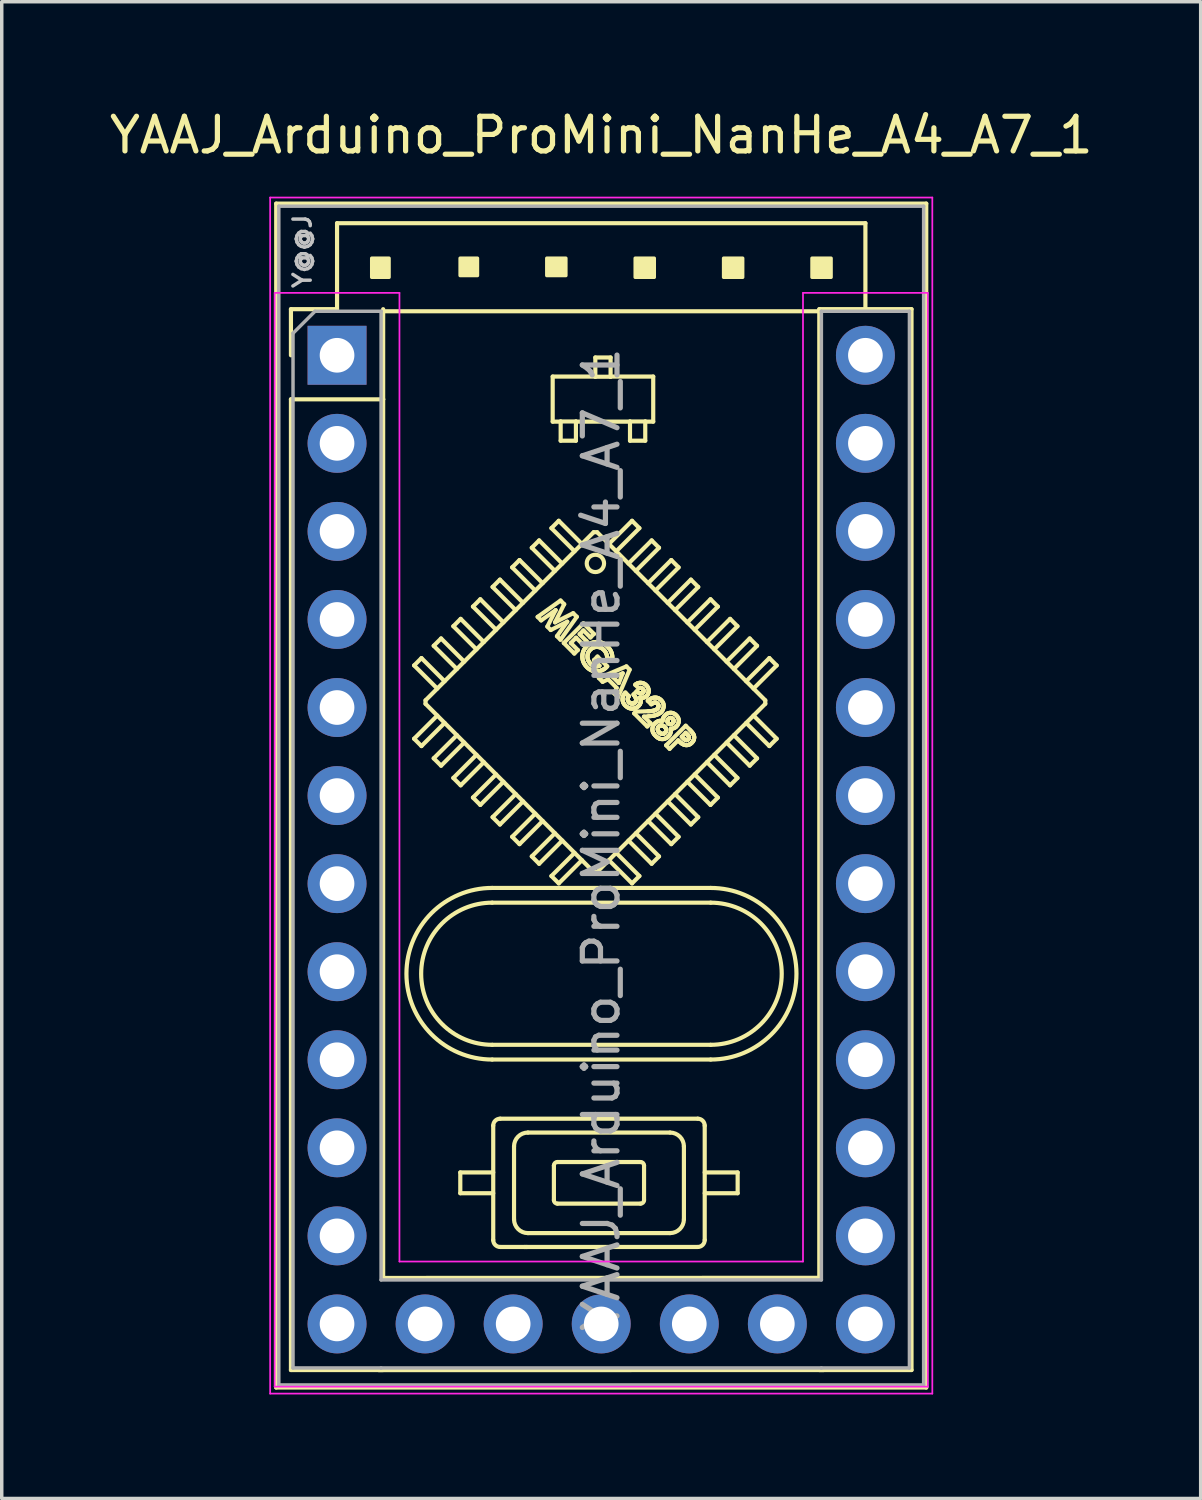
<source format=kicad_pcb>
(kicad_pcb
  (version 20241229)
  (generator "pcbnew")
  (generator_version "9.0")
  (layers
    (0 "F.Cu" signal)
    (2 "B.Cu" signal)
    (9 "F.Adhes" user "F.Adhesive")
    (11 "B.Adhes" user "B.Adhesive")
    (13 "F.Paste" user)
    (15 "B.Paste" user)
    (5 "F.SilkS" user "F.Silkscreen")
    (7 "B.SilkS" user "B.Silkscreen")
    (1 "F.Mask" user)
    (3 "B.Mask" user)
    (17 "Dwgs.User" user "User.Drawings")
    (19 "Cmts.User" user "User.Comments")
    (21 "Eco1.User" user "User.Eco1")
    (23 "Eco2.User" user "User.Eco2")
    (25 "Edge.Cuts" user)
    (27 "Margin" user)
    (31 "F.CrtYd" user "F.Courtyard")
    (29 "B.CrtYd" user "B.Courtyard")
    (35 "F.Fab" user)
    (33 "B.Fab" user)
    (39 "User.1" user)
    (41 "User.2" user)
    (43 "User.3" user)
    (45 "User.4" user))
  (footprint "YAAJ_Arduino_ProMini_NanHe_A4_A7_1"
    (layer "F.Cu")
    (at 6.672 7.198)
    (property "Reference" "YAAJ_Arduino_ProMini_NanHe_A4_A7_1" (at 7.62 -6.35 180) (layer "F.SilkS") (effects (font (size 1 1) (thickness 0.15))))
    (attr through_hole)
    (fp_line (start -1.755 -4.375) (end 16.995 -4.375) (stroke (width 0.12) (type solid)) (layer "F.SilkS"))
    (fp_line (start -1.755 29.775) (end -1.755 -4.375) (stroke (width 0.12) (type solid)) (layer "F.SilkS"))
    (fp_line (start -1.755 29.775) (end 16.995 29.775) (stroke (width 0.12) (type solid)) (layer "F.SilkS"))
    (fp_line (start -1.33 -1.33) (end 0 -1.33) (stroke (width 0.12) (type solid)) (layer "F.SilkS"))
    (fp_line (start -1.33 0) (end -1.33 -1.33) (stroke (width 0.12) (type solid)) (layer "F.SilkS"))
    (fp_line (start -1.33 1.27) (end -1.33 29.27) (stroke (width 0.12) (type solid)) (layer "F.SilkS"))
    (fp_line (start -1.33 1.27) (end 1.33 1.27) (stroke (width 0.12) (type solid)) (layer "F.SilkS"))
    (fp_line (start -1.33 29.27) (end 1.33 29.27) (stroke (width 0.12) (type solid)) (layer "F.SilkS"))
    (fp_line (start 0 -3.81) (end 15.24 -3.81) (stroke (width 0.12) (type solid)) (layer "F.SilkS"))
    (fp_line (start 0 -1.33) (end 0 -3.81) (stroke (width 0.12) (type solid)) (layer "F.SilkS"))
    (fp_line (start 1.206 29.273) (end 14.034 29.27) (stroke (width 0.12) (type solid)) (layer "F.SilkS"))
    (fp_line (start 1.33 1.27) (end 1.33 -1.33) (stroke (width 0.12) (type solid)) (layer "F.SilkS"))
    (fp_line (start 1.33 1.27) (end 1.33 26.613) (stroke (width 0.12) (type solid)) (layer "F.SilkS"))
    (fp_line (start 1.33 26.613) (end 13.91 26.61) (stroke (width 0.12) (type solid)) (layer "F.SilkS"))
    (fp_line (start 2.223 8.946) (end 2.435 8.734) (stroke (width 0.12) (type solid)) (layer "F.SilkS"))
    (fp_line (start 2.223 8.946) (end 2.891 9.614) (stroke (width 0.12) (type solid)) (layer "F.SilkS"))
    (fp_line (start 2.223 11.06) (end 2.435 11.272) (stroke (width 0.12) (type solid)) (layer "F.SilkS"))
    (fp_line (start 2.223 11.06) (end 2.891 10.392) (stroke (width 0.12) (type solid)) (layer "F.SilkS"))
    (fp_line (start 2.435 8.734) (end 3.103 9.402) (stroke (width 0.12) (type solid)) (layer "F.SilkS"))
    (fp_line (start 2.435 11.272) (end 3.103 10.604) (stroke (width 0.12) (type solid)) (layer "F.SilkS"))
    (fp_line (start 2.552 10.053) (end 2.552 9.953) (stroke (width 0.12) (type solid)) (layer "F.SilkS"))
    (fp_line (start 2.788 8.38) (end 3.001 8.168) (stroke (width 0.12) (type solid)) (layer "F.SilkS"))
    (fp_line (start 2.788 8.38) (end 3.457 9.049) (stroke (width 0.12) (type solid)) (layer "F.SilkS"))
    (fp_line (start 2.788 11.626) (end 3.001 11.838) (stroke (width 0.12) (type solid)) (layer "F.SilkS"))
    (fp_line (start 2.788 11.626) (end 3.457 10.958) (stroke (width 0.12) (type solid)) (layer "F.SilkS"))
    (fp_line (start 3.001 8.168) (end 3.669 8.836) (stroke (width 0.12) (type solid)) (layer "F.SilkS"))
    (fp_line (start 3.001 11.838) (end 3.669 11.17) (stroke (width 0.12) (type solid)) (layer "F.SilkS"))
    (fp_line (start 3.354 7.815) (end 3.566 7.603) (stroke (width 0.12) (type solid)) (layer "F.SilkS"))
    (fp_line (start 3.354 7.815) (end 4.022 8.483) (stroke (width 0.12) (type solid)) (layer "F.SilkS"))
    (fp_line (start 3.354 12.192) (end 3.566 12.404) (stroke (width 0.12) (type solid)) (layer "F.SilkS"))
    (fp_line (start 3.354 12.192) (end 4.022 11.523) (stroke (width 0.12) (type solid)) (layer "F.SilkS"))
    (fp_line (start 3.555 23.57) (end 4.505 23.57) (stroke (width 0.12) (type solid)) (layer "F.SilkS"))
    (fp_line (start 3.555 24.17) (end 3.555 23.57) (stroke (width 0.12) (type solid)) (layer "F.SilkS"))
    (fp_line (start 3.555 24.17) (end 4.505 24.17) (stroke (width 0.12) (type solid)) (layer "F.SilkS"))
    (fp_line (start 3.566 7.603) (end 4.234 8.271) (stroke (width 0.12) (type solid)) (layer "F.SilkS"))
    (fp_line (start 3.566 12.404) (end 4.234 11.736) (stroke (width 0.12) (type solid)) (layer "F.SilkS"))
    (fp_line (start 3.92 7.249) (end 4.132 7.037) (stroke (width 0.12) (type solid)) (layer "F.SilkS"))
    (fp_line (start 3.92 7.249) (end 4.588 7.917) (stroke (width 0.12) (type solid)) (layer "F.SilkS"))
    (fp_line (start 3.92 12.757) (end 4.132 12.97) (stroke (width 0.12) (type solid)) (layer "F.SilkS"))
    (fp_line (start 3.92 12.757) (end 4.588 12.089) (stroke (width 0.12) (type solid)) (layer "F.SilkS"))
    (fp_line (start 4.132 7.037) (end 4.8 7.705) (stroke (width 0.12) (type solid)) (layer "F.SilkS"))
    (fp_line (start 4.132 12.97) (end 4.8 12.301) (stroke (width 0.12) (type solid)) (layer "F.SilkS"))
    (fp_line (start 4.476 15.789) (end 10.776 15.789) (stroke (width 0.12) (type solid)) (layer "F.SilkS"))
    (fp_line (start 4.476 20.314) (end 10.776 20.314) (stroke (width 0.12) (type solid)) (layer "F.SilkS"))
    (fp_line (start 4.486 6.683) (end 4.698 6.471) (stroke (width 0.12) (type solid)) (layer "F.SilkS"))
    (fp_line (start 4.486 6.683) (end 5.154 7.352) (stroke (width 0.12) (type solid)) (layer "F.SilkS"))
    (fp_line (start 4.486 13.323) (end 4.698 13.535) (stroke (width 0.12) (type solid)) (layer "F.SilkS"))
    (fp_line (start 4.486 13.323) (end 5.154 12.655) (stroke (width 0.12) (type solid)) (layer "F.SilkS"))
    (fp_line (start 4.505 25.52) (end 4.505 22.22) (stroke (width 0.12) (type solid)) (layer "F.SilkS"))
    (fp_line (start 4.698 6.471) (end 5.366 7.139) (stroke (width 0.12) (type solid)) (layer "F.SilkS"))
    (fp_line (start 4.698 13.535) (end 5.366 12.867) (stroke (width 0.12) (type solid)) (layer "F.SilkS"))
    (fp_line (start 4.705 22.02) (end 10.405 22.02) (stroke (width 0.12) (type solid)) (layer "F.SilkS"))
    (fp_line (start 5.051 6.118) (end 5.263 5.906) (stroke (width 0.12) (type solid)) (layer "F.SilkS"))
    (fp_line (start 5.051 6.118) (end 5.719 6.786) (stroke (width 0.12) (type solid)) (layer "F.SilkS"))
    (fp_line (start 5.051 13.889) (end 5.263 14.101) (stroke (width 0.12) (type solid)) (layer "F.SilkS"))
    (fp_line (start 5.051 13.889) (end 5.719 13.221) (stroke (width 0.12) (type solid)) (layer "F.SilkS"))
    (fp_line (start 5.105 24.92) (end 5.105 22.82) (stroke (width 0.12) (type solid)) (layer "F.SilkS"))
    (fp_line (start 5.263 5.906) (end 5.932 6.574) (stroke (width 0.12) (type solid)) (layer "F.SilkS"))
    (fp_line (start 5.263 14.101) (end 5.932 13.433) (stroke (width 0.12) (type solid)) (layer "F.SilkS"))
    (fp_line (start 5.403 25.721) (end 5.423 25.721) (stroke (width 0.12) (type solid)) (layer "F.SilkS"))
    (fp_line (start 5.453 25.721) (end 5.48 25.721) (stroke (width 0.12) (type solid)) (layer "F.SilkS"))
    (fp_line (start 5.505 22.42) (end 9.605 22.42) (stroke (width 0.12) (type solid)) (layer "F.SilkS"))
    (fp_line (start 5.617 5.552) (end 5.829 5.34) (stroke (width 0.12) (type solid)) (layer "F.SilkS"))
    (fp_line (start 5.617 5.552) (end 6.285 6.22) (stroke (width 0.12) (type solid)) (layer "F.SilkS"))
    (fp_line (start 5.617 14.454) (end 5.829 14.667) (stroke (width 0.12) (type solid)) (layer "F.SilkS"))
    (fp_line (start 5.617 14.454) (end 6.285 13.786) (stroke (width 0.12) (type solid)) (layer "F.SilkS"))
    (fp_line (start 5.786 7.545) (end 6.447 7.074) (stroke (width 0.12) (type solid)) (layer "F.SilkS"))
    (fp_line (start 5.829 5.34) (end 6.497 6.008) (stroke (width 0.12) (type solid)) (layer "F.SilkS"))
    (fp_line (start 5.829 14.667) (end 6.497 13.998) (stroke (width 0.12) (type solid)) (layer "F.SilkS"))
    (fp_line (start 5.888 7.647) (end 5.786 7.545) (stroke (width 0.12) (type solid)) (layer "F.SilkS"))
    (fp_line (start 6.066 7.825) (end 6.306 7.35) (stroke (width 0.12) (type solid)) (layer "F.SilkS"))
    (fp_line (start 6.165 7.924) (end 6.066 7.825) (stroke (width 0.12) (type solid)) (layer "F.SilkS"))
    (fp_line (start 6.183 4.986) (end 6.395 4.774) (stroke (width 0.12) (type solid)) (layer "F.SilkS"))
    (fp_line (start 6.183 4.986) (end 6.851 5.654) (stroke (width 0.12) (type solid)) (layer "F.SilkS"))
    (fp_line (start 6.183 15.02) (end 6.395 15.232) (stroke (width 0.12) (type solid)) (layer "F.SilkS"))
    (fp_line (start 6.183 15.02) (end 6.851 14.352) (stroke (width 0.12) (type solid)) (layer "F.SilkS"))
    (fp_line (start 6.22 0.614) (end 7.45 0.614) (stroke (width 0.12) (type solid)) (layer "F.SilkS"))
    (fp_line (start 6.22 1.914) (end 6.22 0.614) (stroke (width 0.12) (type solid)) (layer "F.SilkS"))
    (fp_line (start 6.22 1.914) (end 6.45 1.914) (stroke (width 0.12) (type solid)) (layer "F.SilkS"))
    (fp_line (start 6.255 24.37) (end 6.255 23.37) (stroke (width 0.12) (type solid)) (layer "F.SilkS"))
    (fp_line (start 6.287 7.703) (end 6.811 7.439) (stroke (width 0.12) (type solid)) (layer "F.SilkS"))
    (fp_line (start 6.306 7.35) (end 5.888 7.647) (stroke (width 0.12) (type solid)) (layer "F.SilkS"))
    (fp_line (start 6.343 8.102) (end 6.64 7.684) (stroke (width 0.12) (type solid)) (layer "F.SilkS"))
    (fp_line (start 6.355 23.27) (end 8.755 23.27) (stroke (width 0.12) (type solid)) (layer "F.SilkS"))
    (fp_line (start 6.395 4.774) (end 7.063 5.442) (stroke (width 0.12) (type solid)) (layer "F.SilkS"))
    (fp_line (start 6.395 15.232) (end 7.063 14.564) (stroke (width 0.12) (type solid)) (layer "F.SilkS"))
    (fp_line (start 6.446 8.204) (end 6.343 8.102) (stroke (width 0.12) (type solid)) (layer "F.SilkS"))
    (fp_line (start 6.447 7.074) (end 6.552 7.18) (stroke (width 0.12) (type solid)) (layer "F.SilkS"))
    (fp_line (start 6.45 2.464) (end 6.45 1.909) (stroke (width 0.12) (type solid)) (layer "F.SilkS"))
    (fp_line (start 6.54 8.299) (end 7.106 7.733) (stroke (width 0.12) (type solid)) (layer "F.SilkS"))
    (fp_line (start 6.552 7.18) (end 6.287 7.703) (stroke (width 0.12) (type solid)) (layer "F.SilkS"))
    (fp_line (start 6.64 7.684) (end 6.165 7.924) (stroke (width 0.12) (type solid)) (layer "F.SilkS"))
    (fp_line (start 6.743 8.299) (end 6.946 8.502) (stroke (width 0.12) (type solid)) (layer "F.SilkS"))
    (fp_line (start 6.811 7.439) (end 6.916 7.543) (stroke (width 0.12) (type solid)) (layer "F.SilkS"))
    (fp_line (start 6.844 8.603) (end 6.54 8.299) (stroke (width 0.12) (type solid)) (layer "F.SilkS"))
    (fp_line (start 6.89 1.909) (end 6.45 1.909) (stroke (width 0.12) (type solid)) (layer "F.SilkS"))
    (fp_line (start 6.89 1.914) (end 8.45 1.914) (stroke (width 0.12) (type solid)) (layer "F.SilkS"))
    (fp_line (start 6.89 2.464) (end 6.45 2.464) (stroke (width 0.12) (type solid)) (layer "F.SilkS"))
    (fp_line (start 6.89 2.464) (end 6.89 1.909) (stroke (width 0.12) (type solid)) (layer "F.SilkS"))
    (fp_line (start 6.895 8.146) (end 6.743 8.299) (stroke (width 0.12) (type solid)) (layer "F.SilkS"))
    (fp_line (start 6.916 7.543) (end 6.446 8.204) (stroke (width 0.12) (type solid)) (layer "F.SilkS"))
    (fp_line (start 6.946 8.502) (end 6.844 8.603) (stroke (width 0.12) (type solid)) (layer "F.SilkS"))
    (fp_line (start 6.997 8.045) (end 7.2 8.248) (stroke (width 0.12) (type solid)) (layer "F.SilkS"))
    (fp_line (start 7.098 8.35) (end 6.895 8.146) (stroke (width 0.12) (type solid)) (layer "F.SilkS"))
    (fp_line (start 7.106 7.733) (end 7.41 8.038) (stroke (width 0.12) (type solid)) (layer "F.SilkS"))
    (fp_line (start 7.106 7.936) (end 6.997 8.045) (stroke (width 0.12) (type solid)) (layer "F.SilkS"))
    (fp_line (start 7.2 8.248) (end 7.098 8.35) (stroke (width 0.12) (type solid)) (layer "F.SilkS"))
    (fp_line (start 7.309 8.139) (end 7.106 7.936) (stroke (width 0.12) (type solid)) (layer "F.SilkS"))
    (fp_line (start 7.402 5.103) (end 2.552 9.953) (stroke (width 0.12) (type solid)) (layer "F.SilkS"))
    (fp_line (start 7.402 14.903) (end 2.552 10.053) (stroke (width 0.12) (type solid)) (layer "F.SilkS"))
    (fp_line (start 7.402 14.903) (end 7.502 14.903) (stroke (width 0.12) (type solid)) (layer "F.SilkS"))
    (fp_line (start 7.41 8.038) (end 7.309 8.139) (stroke (width 0.12) (type solid)) (layer "F.SilkS"))
    (fp_line (start 7.41 8.792) (end 7.512 8.69) (stroke (width 0.12) (type solid)) (layer "F.SilkS"))
    (fp_line (start 7.45 0.619) (end 7.45 0.064) (stroke (width 0.12) (type solid)) (layer "F.SilkS"))
    (fp_line (start 7.502 5.103) (end 7.402 5.103) (stroke (width 0.12) (type solid)) (layer "F.SilkS"))
    (fp_line (start 7.512 8.69) (end 7.794 8.972) (stroke (width 0.12) (type solid)) (layer "F.SilkS"))
    (fp_line (start 7.552 9.31) (end 8.346 8.973) (stroke (width 0.12) (type solid)) (layer "F.SilkS"))
    (fp_line (start 7.572 8.954) (end 7.41 8.792) (stroke (width 0.12) (type solid)) (layer "F.SilkS"))
    (fp_line (start 7.66 9.419) (end 7.552 9.31) (stroke (width 0.12) (type solid)) (layer "F.SilkS"))
    (fp_line (start 7.794 8.972) (end 7.77 8.997) (stroke (width 0.12) (type solid)) (layer "F.SilkS"))
    (fp_line (start 7.82 9.347) (end 7.66 9.419) (stroke (width 0.12) (type solid)) (layer "F.SilkS"))
    (fp_line (start 7.89 0.064) (end 7.45 0.064) (stroke (width 0.12) (type solid)) (layer "F.SilkS"))
    (fp_line (start 7.89 0.614) (end 9.12 0.614) (stroke (width 0.12) (type solid)) (layer "F.SilkS"))
    (fp_line (start 7.89 0.619) (end 7.45 0.619) (stroke (width 0.12) (type solid)) (layer "F.SilkS"))
    (fp_line (start 7.89 0.619) (end 7.89 0.064) (stroke (width 0.12) (type solid)) (layer "F.SilkS"))
    (fp_line (start 7.94 8.748) (end 7.79 8.744) (stroke (width 0.12) (type solid)) (layer "F.SilkS"))
    (fp_line (start 7.96 9.284) (end 8.129 9.453) (stroke (width 0.12) (type solid)) (layer "F.SilkS"))
    (fp_line (start 7.994 9.753) (end 8.066 9.593) (stroke (width 0.12) (type solid)) (layer "F.SilkS"))
    (fp_line (start 8.066 9.593) (end 7.82 9.347) (stroke (width 0.12) (type solid)) (layer "F.SilkS"))
    (fp_line (start 8.103 9.862) (end 7.994 9.753) (stroke (width 0.12) (type solid)) (layer "F.SilkS"))
    (fp_line (start 8.129 9.453) (end 8.241 9.172) (stroke (width 0.12) (type solid)) (layer "F.SilkS"))
    (fp_line (start 8.241 9.172) (end 7.96 9.284) (stroke (width 0.12) (type solid)) (layer "F.SilkS"))
    (fp_line (start 8.317 9.727) (end 8.418 9.829) (stroke (width 0.12) (type solid)) (layer "F.SilkS"))
    (fp_line (start 8.346 8.973) (end 8.44 9.068) (stroke (width 0.12) (type solid)) (layer "F.SilkS"))
    (fp_line (start 8.44 9.068) (end 8.103 9.862) (stroke (width 0.12) (type solid)) (layer "F.SilkS"))
    (fp_line (start 8.45 2.464) (end 8.45 1.909) (stroke (width 0.12) (type solid)) (layer "F.SilkS"))
    (fp_line (start 8.509 4.774) (end 7.841 5.442) (stroke (width 0.12) (type solid)) (layer "F.SilkS"))
    (fp_line (start 8.509 4.774) (end 8.721 4.986) (stroke (width 0.12) (type solid)) (layer "F.SilkS"))
    (fp_line (start 8.509 15.232) (end 7.841 14.564) (stroke (width 0.12) (type solid)) (layer "F.SilkS"))
    (fp_line (start 8.509 15.232) (end 8.721 15.02) (stroke (width 0.12) (type solid)) (layer "F.SilkS"))
    (fp_line (start 8.549 9.785) (end 8.643 9.691) (stroke (width 0.12) (type solid)) (layer "F.SilkS"))
    (fp_line (start 8.57 10.329) (end 8.622 10.278) (stroke (width 0.12) (type solid)) (layer "F.SilkS"))
    (fp_line (start 8.622 10.278) (end 8.968 10.267) (stroke (width 0.12) (type solid)) (layer "F.SilkS"))
    (fp_line (start 8.701 9.604) (end 8.599 9.503) (stroke (width 0.12) (type solid)) (layer "F.SilkS"))
    (fp_line (start 8.721 4.986) (end 8.053 5.654) (stroke (width 0.12) (type solid)) (layer "F.SilkS"))
    (fp_line (start 8.721 15.02) (end 8.053 14.352) (stroke (width 0.12) (type solid)) (layer "F.SilkS"))
    (fp_line (start 8.755 24.47) (end 6.355 24.47) (stroke (width 0.12) (type solid)) (layer "F.SilkS"))
    (fp_line (start 8.852 10.422) (end 9.042 10.612) (stroke (width 0.12) (type solid)) (layer "F.SilkS"))
    (fp_line (start 8.855 23.37) (end 8.855 24.37) (stroke (width 0.12) (type solid)) (layer "F.SilkS"))
    (fp_line (start 8.89 1.909) (end 8.45 1.909) (stroke (width 0.12) (type solid)) (layer "F.SilkS"))
    (fp_line (start 8.89 1.914) (end 9.12 1.914) (stroke (width 0.12) (type solid)) (layer "F.SilkS"))
    (fp_line (start 8.89 2.464) (end 8.45 2.464) (stroke (width 0.12) (type solid)) (layer "F.SilkS"))
    (fp_line (start 8.89 2.464) (end 8.89 1.909) (stroke (width 0.12) (type solid)) (layer "F.SilkS"))
    (fp_line (start 8.948 10.707) (end 8.57 10.329) (stroke (width 0.12) (type solid)) (layer "F.SilkS"))
    (fp_line (start 8.978 10.413) (end 8.852 10.422) (stroke (width 0.12) (type solid)) (layer "F.SilkS"))
    (fp_line (start 9.042 10.612) (end 8.948 10.707) (stroke (width 0.12) (type solid)) (layer "F.SilkS"))
    (fp_line (start 9.064 10.068) (end 8.962 9.967) (stroke (width 0.12) (type solid)) (layer "F.SilkS"))
    (fp_line (start 9.075 5.34) (end 8.406 6.008) (stroke (width 0.12) (type solid)) (layer "F.SilkS"))
    (fp_line (start 9.075 5.34) (end 9.287 5.552) (stroke (width 0.12) (type solid)) (layer "F.SilkS"))
    (fp_line (start 9.075 14.667) (end 8.406 13.998) (stroke (width 0.12) (type solid)) (layer "F.SilkS"))
    (fp_line (start 9.12 1.914) (end 9.12 0.614) (stroke (width 0.12) (type solid)) (layer "F.SilkS"))
    (fp_line (start 9.287 5.552) (end 8.619 6.22) (stroke (width 0.12) (type solid)) (layer "F.SilkS"))
    (fp_line (start 9.287 14.454) (end 8.619 13.786) (stroke (width 0.12) (type solid)) (layer "F.SilkS"))
    (fp_line (start 9.287 14.454) (end 9.075 14.667) (stroke (width 0.12) (type solid)) (layer "F.SilkS"))
    (fp_line (start 9.492 11.25) (end 10.057 10.685) (stroke (width 0.12) (type solid)) (layer "F.SilkS"))
    (fp_line (start 9.593 11.352) (end 9.492 11.25) (stroke (width 0.12) (type solid)) (layer "F.SilkS"))
    (fp_line (start 9.605 25.32) (end 5.505 25.32) (stroke (width 0.12) (type solid)) (layer "F.SilkS"))
    (fp_line (start 9.64 5.906) (end 8.972 6.574) (stroke (width 0.12) (type solid)) (layer "F.SilkS"))
    (fp_line (start 9.64 5.906) (end 9.852 6.118) (stroke (width 0.12) (type solid)) (layer "F.SilkS"))
    (fp_line (start 9.64 14.101) (end 8.972 13.433) (stroke (width 0.12) (type solid)) (layer "F.SilkS"))
    (fp_line (start 9.64 14.101) (end 9.852 13.889) (stroke (width 0.12) (type solid)) (layer "F.SilkS"))
    (fp_line (start 9.84 11.105) (end 9.593 11.352) (stroke (width 0.12) (type solid)) (layer "F.SilkS"))
    (fp_line (start 9.852 6.118) (end 9.184 6.786) (stroke (width 0.12) (type solid)) (layer "F.SilkS"))
    (fp_line (start 9.852 13.889) (end 9.184 13.221) (stroke (width 0.12) (type solid)) (layer "F.SilkS"))
    (fp_line (start 9.941 11.004) (end 9.977 11.04) (stroke (width 0.12) (type solid)) (layer "F.SilkS"))
    (fp_line (start 10.005 22.82) (end 10.005 24.92) (stroke (width 0.12) (type solid)) (layer "F.SilkS"))
    (fp_line (start 10.057 10.685) (end 10.171 10.798) (stroke (width 0.12) (type solid)) (layer "F.SilkS"))
    (fp_line (start 10.057 10.888) (end 9.941 11.004) (stroke (width 0.12) (type solid)) (layer "F.SilkS"))
    (fp_line (start 10.089 10.92) (end 10.057 10.888) (stroke (width 0.12) (type solid)) (layer "F.SilkS"))
    (fp_line (start 10.206 6.471) (end 9.538 7.139) (stroke (width 0.12) (type solid)) (layer "F.SilkS"))
    (fp_line (start 10.206 6.471) (end 10.418 6.683) (stroke (width 0.12) (type solid)) (layer "F.SilkS"))
    (fp_line (start 10.206 13.535) (end 9.538 12.867) (stroke (width 0.12) (type solid)) (layer "F.SilkS"))
    (fp_line (start 10.206 13.535) (end 10.418 13.323) (stroke (width 0.12) (type solid)) (layer "F.SilkS"))
    (fp_line (start 10.405 25.72) (end 4.705 25.72) (stroke (width 0.12) (type solid)) (layer "F.SilkS"))
    (fp_line (start 10.418 6.683) (end 9.75 7.352) (stroke (width 0.12) (type solid)) (layer "F.SilkS"))
    (fp_line (start 10.418 13.323) (end 9.75 12.655) (stroke (width 0.12) (type solid)) (layer "F.SilkS"))
    (fp_line (start 10.605 22.22) (end 10.605 25.52) (stroke (width 0.12) (type solid)) (layer "F.SilkS"))
    (fp_line (start 10.772 7.037) (end 10.103 7.705) (stroke (width 0.12) (type solid)) (layer "F.SilkS"))
    (fp_line (start 10.772 7.037) (end 10.984 7.249) (stroke (width 0.12) (type solid)) (layer "F.SilkS"))
    (fp_line (start 10.772 12.97) (end 10.103 12.301) (stroke (width 0.12) (type solid)) (layer "F.SilkS"))
    (fp_line (start 10.772 12.97) (end 10.984 12.757) (stroke (width 0.12) (type solid)) (layer "F.SilkS"))
    (fp_line (start 10.776 15.364) (end 4.476 15.364) (stroke (width 0.12) (type solid)) (layer "F.SilkS"))
    (fp_line (start 10.776 19.889) (end 4.476 19.889) (stroke (width 0.12) (type solid)) (layer "F.SilkS"))
    (fp_line (start 10.984 7.249) (end 10.316 7.917) (stroke (width 0.12) (type solid)) (layer "F.SilkS"))
    (fp_line (start 10.984 12.757) (end 10.316 12.089) (stroke (width 0.12) (type solid)) (layer "F.SilkS"))
    (fp_line (start 11.337 7.603) (end 10.669 8.271) (stroke (width 0.12) (type solid)) (layer "F.SilkS"))
    (fp_line (start 11.337 7.603) (end 11.55 7.815) (stroke (width 0.12) (type solid)) (layer "F.SilkS"))
    (fp_line (start 11.337 12.404) (end 10.669 11.736) (stroke (width 0.12) (type solid)) (layer "F.SilkS"))
    (fp_line (start 11.337 12.404) (end 11.55 12.192) (stroke (width 0.12) (type solid)) (layer "F.SilkS"))
    (fp_line (start 11.55 7.815) (end 10.881 8.483) (stroke (width 0.12) (type solid)) (layer "F.SilkS"))
    (fp_line (start 11.55 12.192) (end 10.881 11.523) (stroke (width 0.12) (type solid)) (layer "F.SilkS"))
    (fp_line (start 11.555 23.57) (end 10.605 23.57) (stroke (width 0.12) (type solid)) (layer "F.SilkS"))
    (fp_line (start 11.555 24.17) (end 10.605 24.17) (stroke (width 0.12) (type solid)) (layer "F.SilkS"))
    (fp_line (start 11.555 24.17) (end 11.555 23.57) (stroke (width 0.12) (type solid)) (layer "F.SilkS"))
    (fp_line (start 11.903 8.168) (end 11.235 8.836) (stroke (width 0.12) (type solid)) (layer "F.SilkS"))
    (fp_line (start 11.903 8.168) (end 12.115 8.38) (stroke (width 0.12) (type solid)) (layer "F.SilkS"))
    (fp_line (start 11.903 11.838) (end 11.235 11.17) (stroke (width 0.12) (type solid)) (layer "F.SilkS"))
    (fp_line (start 11.903 11.838) (end 12.115 11.626) (stroke (width 0.12) (type solid)) (layer "F.SilkS"))
    (fp_line (start 12.115 8.38) (end 11.447 9.049) (stroke (width 0.12) (type solid)) (layer "F.SilkS"))
    (fp_line (start 12.115 11.626) (end 11.447 10.958) (stroke (width 0.12) (type solid)) (layer "F.SilkS"))
    (fp_line (start 12.352 9.953) (end 7.502 5.103) (stroke (width 0.12) (type solid)) (layer "F.SilkS"))
    (fp_line (start 12.352 9.953) (end 12.352 10.053) (stroke (width 0.12) (type solid)) (layer "F.SilkS"))
    (fp_line (start 12.352 10.053) (end 7.502 14.903) (stroke (width 0.12) (type solid)) (layer "F.SilkS"))
    (fp_line (start 12.469 8.734) (end 11.801 9.402) (stroke (width 0.12) (type solid)) (layer "F.SilkS"))
    (fp_line (start 12.469 8.734) (end 12.681 8.946) (stroke (width 0.12) (type solid)) (layer "F.SilkS"))
    (fp_line (start 12.469 11.272) (end 11.801 10.604) (stroke (width 0.12) (type solid)) (layer "F.SilkS"))
    (fp_line (start 12.469 11.272) (end 12.681 11.06) (stroke (width 0.12) (type solid)) (layer "F.SilkS"))
    (fp_line (start 12.681 8.946) (end 12.013 9.614) (stroke (width 0.12) (type solid)) (layer "F.SilkS"))
    (fp_line (start 12.681 11.06) (end 12.013 10.392) (stroke (width 0.12) (type solid)) (layer "F.SilkS"))
    (fp_line (start 13.91 -1.33) (end 13.91 26.61) (stroke (width 0.12) (type solid)) (layer "F.SilkS"))
    (fp_line (start 13.91 -1.33) (end 16.57 -1.33) (stroke (width 0.12) (type solid)) (layer "F.SilkS"))
    (fp_line (start 13.91 -1.27) (end 1.33 -1.27) (stroke (width 0.12) (type solid)) (layer "F.SilkS"))
    (fp_line (start 13.91 29.27) (end 16.57 29.27) (stroke (width 0.12) (type solid)) (layer "F.SilkS"))
    (fp_line (start 15.24 -3.81) (end 15.24 -1.33) (stroke (width 0.12) (type solid)) (layer "F.SilkS"))
    (fp_line (start 16.57 -1.33) (end 16.57 29.27) (stroke (width 0.12) (type solid)) (layer "F.SilkS"))
    (fp_line (start 16.995 -4.375) (end 16.995 29.775) (stroke (width 0.12) (type solid)) (layer "F.SilkS"))
    (fp_arc (start 4.476325 19.888864) (mid 2.426325 17.838864) (end 4.476325 15.788864) (stroke (width 0.12) (type solid)) (layer "F.SilkS"))
    (fp_arc (start 4.476325 20.313864) (mid 2.001325 17.838864) (end 4.476325 15.363864) (stroke (width 0.12) (type solid)) (layer "F.SilkS"))
    (fp_arc (start 4.504883 22.219978) (mid 4.563462 22.078557) (end 4.704883 22.019978) (stroke (width 0.12) (type solid)) (layer "F.SilkS"))
    (fp_arc (start 4.704883 25.719978) (mid 4.563462 25.661399) (end 4.504883 25.519978) (stroke (width 0.12) (type solid)) (layer "F.SilkS"))
    (fp_arc (start 5.104883 22.819978) (mid 5.22204 22.537135) (end 5.504883 22.419978) (stroke (width 0.12) (type solid)) (layer "F.SilkS"))
    (fp_arc (start 5.504883 25.319978) (mid 5.22204 25.202821) (end 5.104883 24.919978) (stroke (width 0.12) (type solid)) (layer "F.SilkS"))
    (fp_arc (start 6.254883 23.369978) (mid 6.284172 23.299267) (end 6.354883 23.269978) (stroke (width 0.12) (type solid)) (layer "F.SilkS"))
    (fp_arc (start 6.354883 24.469978) (mid 6.284172 24.440689) (end 6.254883 24.369978) (stroke (width 0.12) (type solid)) (layer "F.SilkS"))
    (fp_arc (start 8.754883 23.269978) (mid 8.825594 23.299267) (end 8.854883 23.369978) (stroke (width 0.12) (type solid)) (layer "F.SilkS"))
    (fp_arc (start 8.854883 24.369978) (mid 8.825594 24.440689) (end 8.754883 24.469978) (stroke (width 0.12) (type solid)) (layer "F.SilkS"))
    (fp_arc (start 9.604883 22.419978) (mid 9.887726 22.537135) (end 10.004883 22.819978) (stroke (width 0.12) (type solid)) (layer "F.SilkS"))
    (fp_arc (start 10.004883 24.919978) (mid 9.887726 25.202821) (end 9.604883 25.319978) (stroke (width 0.12) (type solid)) (layer "F.SilkS"))
    (fp_arc (start 10.404883 22.019978) (mid 10.546304 22.078557) (end 10.604883 22.219978) (stroke (width 0.12) (type solid)) (layer "F.SilkS"))
    (fp_arc (start 10.604883 25.519978) (mid 10.546304 25.661399) (end 10.404883 25.719978) (stroke (width 0.12) (type solid)) (layer "F.SilkS"))
    (fp_arc (start 10.776325 15.363864) (mid 13.251325 17.838864) (end 10.776325 20.313864) (stroke (width 0.12) (type solid)) (layer "F.SilkS"))
    (fp_arc (start 10.776325 15.788864) (mid 12.826325 17.838864) (end 10.776325 19.888864) (stroke (width 0.12) (type solid)) (layer "F.SilkS"))
    (fp_circle (center 7.452 6.003) (end 7.702 6.003) (stroke (width 0.12) (type solid)) (fill no) (layer "F.SilkS"))
    (fp_poly (pts (xy 1.5 -2.25) (xy 1 -2.25) (xy 1 -2.8) (xy 1.5 -2.8)) (stroke (width 0.1) (type solid)) (fill yes) (layer "F.SilkS"))
    (fp_poly (pts (xy 4.05 -2.3) (xy 3.55 -2.3) (xy 3.55 -2.8) (xy 4.05 -2.8)) (stroke (width 0.1) (type solid)) (fill yes) (layer "F.SilkS"))
    (fp_poly (pts (xy 6.6 -2.3) (xy 6.05 -2.3) (xy 6.05 -2.8) (xy 6.6 -2.8)) (stroke (width 0.1) (type solid)) (fill yes) (layer "F.SilkS"))
    (fp_poly (pts (xy 9.15 -2.25) (xy 8.6 -2.25) (xy 8.6 -2.8) (xy 9.15 -2.8)) (stroke (width 0.1) (type solid)) (fill yes) (layer "F.SilkS"))
    (fp_poly (pts (xy 11.7 -2.25) (xy 11.15 -2.25) (xy 11.15 -2.8) (xy 11.7 -2.8)) (stroke (width 0.1) (type solid)) (fill yes) (layer "F.SilkS"))
    (fp_poly (pts (xy 14.25 -2.25) (xy 13.7 -2.25) (xy 13.7 -2.8) (xy 14.25 -2.8)) (stroke (width 0.1) (type solid)) (fill yes) (layer "F.SilkS"))
    (fp_curve (pts (xy 7.075 8.693) (xy 7.075 8.684) (xy 7.075 8.675) (xy 7.076 8.666)) (stroke (width 0.12) (type solid)) (layer "F.SilkS"))
    (fp_curve (pts (xy 7.076 8.666) (xy 7.076 8.657) (xy 7.077 8.647) (xy 7.078 8.638)) (stroke (width 0.12) (type solid)) (layer "F.SilkS"))
    (fp_curve (pts (xy 7.076 8.72) (xy 7.075 8.711) (xy 7.075 8.702) (xy 7.075 8.693)) (stroke (width 0.12) (type solid)) (layer "F.SilkS"))
    (fp_curve (pts (xy 7.078 8.638) (xy 7.08 8.629) (xy 7.081 8.62) (xy 7.083 8.611)) (stroke (width 0.12) (type solid)) (layer "F.SilkS"))
    (fp_curve (pts (xy 7.079 8.747) (xy 7.077 8.739) (xy 7.076 8.729) (xy 7.076 8.72)) (stroke (width 0.12) (type solid)) (layer "F.SilkS"))
    (fp_curve (pts (xy 7.083 8.611) (xy 7.085 8.602) (xy 7.087 8.592) (xy 7.09 8.583)) (stroke (width 0.12) (type solid)) (layer "F.SilkS"))
    (fp_curve (pts (xy 7.083 8.774) (xy 7.081 8.766) (xy 7.08 8.757) (xy 7.079 8.747)) (stroke (width 0.12) (type solid)) (layer "F.SilkS"))
    (fp_curve (pts (xy 7.09 8.583) (xy 7.093 8.574) (xy 7.095 8.565) (xy 7.098 8.556)) (stroke (width 0.12) (type solid)) (layer "F.SilkS"))
    (fp_curve (pts (xy 7.09 8.801) (xy 7.087 8.792) (xy 7.085 8.783) (xy 7.083 8.774)) (stroke (width 0.12) (type solid)) (layer "F.SilkS"))
    (fp_curve (pts (xy 7.098 8.556) (xy 7.102 8.547) (xy 7.105 8.538) (xy 7.109 8.529)) (stroke (width 0.12) (type solid)) (layer "F.SilkS"))
    (fp_curve (pts (xy 7.099 8.828) (xy 7.095 8.819) (xy 7.093 8.81) (xy 7.09 8.801)) (stroke (width 0.12) (type solid)) (layer "F.SilkS"))
    (fp_curve (pts (xy 7.109 8.529) (xy 7.112 8.521) (xy 7.116 8.512) (xy 7.12 8.504)) (stroke (width 0.12) (type solid)) (layer "F.SilkS"))
    (fp_curve (pts (xy 7.109 8.854) (xy 7.105 8.845) (xy 7.102 8.837) (xy 7.099 8.828)) (stroke (width 0.12) (type solid)) (layer "F.SilkS"))
    (fp_curve (pts (xy 7.12 8.504) (xy 7.124 8.496) (xy 7.129 8.487) (xy 7.134 8.479)) (stroke (width 0.12) (type solid)) (layer "F.SilkS"))
    (fp_curve (pts (xy 7.121 8.879) (xy 7.117 8.871) (xy 7.113 8.862) (xy 7.109 8.854)) (stroke (width 0.12) (type solid)) (layer "F.SilkS"))
    (fp_curve (pts (xy 7.134 8.479) (xy 7.138 8.471) (xy 7.143 8.463) (xy 7.148 8.456)) (stroke (width 0.12) (type solid)) (layer "F.SilkS"))
    (fp_curve (pts (xy 7.135 8.904) (xy 7.13 8.896) (xy 7.125 8.887) (xy 7.121 8.879)) (stroke (width 0.12) (type solid)) (layer "F.SilkS"))
    (fp_curve (pts (xy 7.148 8.456) (xy 7.154 8.448) (xy 7.159 8.44) (xy 7.165 8.433)) (stroke (width 0.12) (type solid)) (layer "F.SilkS"))
    (fp_curve (pts (xy 7.151 8.928) (xy 7.145 8.92) (xy 7.14 8.912) (xy 7.135 8.904)) (stroke (width 0.12) (type solid)) (layer "F.SilkS"))
    (fp_curve (pts (xy 7.165 8.433) (xy 7.171 8.425) (xy 7.177 8.418) (xy 7.183 8.411)) (stroke (width 0.12) (type solid)) (layer "F.SilkS"))
    (fp_curve (pts (xy 7.168 8.951) (xy 7.162 8.944) (xy 7.156 8.936) (xy 7.151 8.928)) (stroke (width 0.12) (type solid)) (layer "F.SilkS"))
    (fp_curve (pts (xy 7.183 8.411) (xy 7.189 8.404) (xy 7.196 8.397) (xy 7.203 8.39)) (stroke (width 0.12) (type solid)) (layer "F.SilkS"))
    (fp_curve (pts (xy 7.188 8.974) (xy 7.181 8.967) (xy 7.174 8.959) (xy 7.168 8.951)) (stroke (width 0.12) (type solid)) (layer "F.SilkS"))
    (fp_curve (pts (xy 7.203 8.39) (xy 7.212 8.381) (xy 7.221 8.372) (xy 7.231 8.364)) (stroke (width 0.12) (type solid)) (layer "F.SilkS"))
    (fp_curve (pts (xy 7.209 8.997) (xy 7.202 8.989) (xy 7.194 8.982) (xy 7.188 8.974)) (stroke (width 0.12) (type solid)) (layer "F.SilkS"))
    (fp_curve (pts (xy 7.223 8.692) (xy 7.223 8.702) (xy 7.224 8.712) (xy 7.225 8.721)) (stroke (width 0.12) (type solid)) (layer "F.SilkS"))
    (fp_curve (pts (xy 7.224 8.663) (xy 7.223 8.673) (xy 7.223 8.683) (xy 7.223 8.692)) (stroke (width 0.12) (type solid)) (layer "F.SilkS"))
    (fp_curve (pts (xy 7.225 8.721) (xy 7.226 8.73) (xy 7.227 8.74) (xy 7.229 8.749)) (stroke (width 0.12) (type solid)) (layer "F.SilkS"))
    (fp_curve (pts (xy 7.227 8.636) (xy 7.226 8.645) (xy 7.225 8.654) (xy 7.224 8.663)) (stroke (width 0.12) (type solid)) (layer "F.SilkS"))
    (fp_curve (pts (xy 7.229 8.749) (xy 7.231 8.758) (xy 7.233 8.767) (xy 7.236 8.776)) (stroke (width 0.12) (type solid)) (layer "F.SilkS"))
    (fp_curve (pts (xy 7.229 9.016) (xy 7.222 9.01) (xy 7.215 9.003) (xy 7.209 8.997)) (stroke (width 0.12) (type solid)) (layer "F.SilkS"))
    (fp_curve (pts (xy 7.231 8.364) (xy 7.241 8.355) (xy 7.251 8.348) (xy 7.262 8.34)) (stroke (width 0.12) (type solid)) (layer "F.SilkS"))
    (fp_curve (pts (xy 7.233 8.609) (xy 7.231 8.618) (xy 7.229 8.627) (xy 7.227 8.636)) (stroke (width 0.12) (type solid)) (layer "F.SilkS"))
    (fp_curve (pts (xy 7.236 8.776) (xy 7.239 8.785) (xy 7.242 8.794) (xy 7.246 8.802)) (stroke (width 0.12) (type solid)) (layer "F.SilkS"))
    (fp_curve (pts (xy 7.242 8.583) (xy 7.239 8.592) (xy 7.236 8.6) (xy 7.233 8.609)) (stroke (width 0.12) (type solid)) (layer "F.SilkS"))
    (fp_curve (pts (xy 7.246 8.802) (xy 7.25 8.811) (xy 7.254 8.819) (xy 7.259 8.827)) (stroke (width 0.12) (type solid)) (layer "F.SilkS"))
    (fp_curve (pts (xy 7.251 9.034) (xy 7.243 9.028) (xy 7.236 9.022) (xy 7.229 9.016)) (stroke (width 0.12) (type solid)) (layer "F.SilkS"))
    (fp_curve (pts (xy 7.254 8.559) (xy 7.25 8.567) (xy 7.246 8.575) (xy 7.242 8.583)) (stroke (width 0.12) (type solid)) (layer "F.SilkS"))
    (fp_curve (pts (xy 7.259 8.827) (xy 7.263 8.836) (xy 7.268 8.844) (xy 7.274 8.851)) (stroke (width 0.12) (type solid)) (layer "F.SilkS"))
    (fp_curve (pts (xy 7.262 8.34) (xy 7.272 8.333) (xy 7.282 8.327) (xy 7.293 8.32)) (stroke (width 0.12) (type solid)) (layer "F.SilkS"))
    (fp_curve (pts (xy 7.268 8.535) (xy 7.263 8.543) (xy 7.258 8.551) (xy 7.254 8.559)) (stroke (width 0.12) (type solid)) (layer "F.SilkS"))
    (fp_curve (pts (xy 7.272 9.05) (xy 7.265 9.045) (xy 7.258 9.04) (xy 7.251 9.034)) (stroke (width 0.12) (type solid)) (layer "F.SilkS"))
    (fp_curve (pts (xy 7.274 8.851) (xy 7.279 8.859) (xy 7.285 8.867) (xy 7.292 8.875)) (stroke (width 0.12) (type solid)) (layer "F.SilkS"))
    (fp_curve (pts (xy 7.285 8.513) (xy 7.279 8.52) (xy 7.273 8.528) (xy 7.268 8.535)) (stroke (width 0.12) (type solid)) (layer "F.SilkS"))
    (fp_curve (pts (xy 7.292 8.875) (xy 7.298 8.882) (xy 7.305 8.89) (xy 7.312 8.897)) (stroke (width 0.12) (type solid)) (layer "F.SilkS"))
    (fp_curve (pts (xy 7.293 8.32) (xy 7.304 8.314) (xy 7.315 8.309) (xy 7.326 8.304)) (stroke (width 0.12) (type solid)) (layer "F.SilkS"))
    (fp_curve (pts (xy 7.294 9.065) (xy 7.287 9.06) (xy 7.28 9.055) (xy 7.272 9.05)) (stroke (width 0.12) (type solid)) (layer "F.SilkS"))
    (fp_curve (pts (xy 7.304 8.492) (xy 7.298 8.499) (xy 7.291 8.506) (xy 7.285 8.513)) (stroke (width 0.12) (type solid)) (layer "F.SilkS"))
    (fp_curve (pts (xy 7.312 8.897) (xy 7.317 8.902) (xy 7.322 8.906) (xy 7.326 8.911)) (stroke (width 0.12) (type solid)) (layer "F.SilkS"))
    (fp_curve (pts (xy 7.317 9.077) (xy 7.309 9.073) (xy 7.302 9.069) (xy 7.294 9.065)) (stroke (width 0.12) (type solid)) (layer "F.SilkS"))
    (fp_curve (pts (xy 7.325 8.473) (xy 7.318 8.479) (xy 7.311 8.485) (xy 7.304 8.492)) (stroke (width 0.12) (type solid)) (layer "F.SilkS"))
    (fp_curve (pts (xy 7.326 8.304) (xy 7.338 8.299) (xy 7.349 8.294) (xy 7.361 8.29)) (stroke (width 0.12) (type solid)) (layer "F.SilkS"))
    (fp_curve (pts (xy 7.326 8.911) (xy 7.331 8.915) (xy 7.336 8.919) (xy 7.341 8.923)) (stroke (width 0.12) (type solid)) (layer "F.SilkS"))
    (fp_curve (pts (xy 7.34 9.088) (xy 7.332 9.085) (xy 7.325 9.081) (xy 7.317 9.077)) (stroke (width 0.12) (type solid)) (layer "F.SilkS"))
    (fp_curve (pts (xy 7.341 8.923) (xy 7.346 8.927) (xy 7.351 8.93) (xy 7.356 8.934)) (stroke (width 0.12) (type solid)) (layer "F.SilkS"))
    (fp_curve (pts (xy 7.347 8.456) (xy 7.339 8.462) (xy 7.332 8.467) (xy 7.325 8.473)) (stroke (width 0.12) (type solid)) (layer "F.SilkS"))
    (fp_curve (pts (xy 7.356 8.934) (xy 7.361 8.937) (xy 7.366 8.94) (xy 7.371 8.943)) (stroke (width 0.12) (type solid)) (layer "F.SilkS"))
    (fp_curve (pts (xy 7.361 8.29) (xy 7.372 8.286) (xy 7.384 8.283) (xy 7.397 8.28)) (stroke (width 0.12) (type solid)) (layer "F.SilkS"))
    (fp_curve (pts (xy 7.363 9.097) (xy 7.356 9.094) (xy 7.348 9.091) (xy 7.34 9.088)) (stroke (width 0.12) (type solid)) (layer "F.SilkS"))
    (fp_curve (pts (xy 7.369 8.443) (xy 7.361 8.447) (xy 7.354 8.452) (xy 7.347 8.456)) (stroke (width 0.12) (type solid)) (layer "F.SilkS"))
    (fp_curve (pts (xy 7.371 8.943) (xy 7.376 8.946) (xy 7.381 8.949) (xy 7.386 8.951)) (stroke (width 0.12) (type solid)) (layer "F.SilkS"))
    (fp_curve (pts (xy 7.386 8.951) (xy 7.391 8.954) (xy 7.396 8.956) (xy 7.401 8.958)) (stroke (width 0.12) (type solid)) (layer "F.SilkS"))
    (fp_curve (pts (xy 7.387 9.105) (xy 7.379 9.102) (xy 7.371 9.1) (xy 7.363 9.097)) (stroke (width 0.12) (type solid)) (layer "F.SilkS"))
    (fp_curve (pts (xy 7.393 8.431) (xy 7.385 8.435) (xy 7.377 8.439) (xy 7.369 8.443)) (stroke (width 0.12) (type solid)) (layer "F.SilkS"))
    (fp_curve (pts (xy 7.397 8.28) (xy 7.409 8.277) (xy 7.421 8.274) (xy 7.434 8.273)) (stroke (width 0.12) (type solid)) (layer "F.SilkS"))
    (fp_curve (pts (xy 7.401 8.958) (xy 7.406 8.96) (xy 7.411 8.962) (xy 7.417 8.964)) (stroke (width 0.12) (type solid)) (layer "F.SilkS"))
    (fp_curve (pts (xy 7.412 9.11) (xy 7.404 9.109) (xy 7.395 9.107) (xy 7.387 9.105)) (stroke (width 0.12) (type solid)) (layer "F.SilkS"))
    (fp_curve (pts (xy 7.417 8.964) (xy 7.422 8.966) (xy 7.427 8.967) (xy 7.433 8.968)) (stroke (width 0.12) (type solid)) (layer "F.SilkS"))
    (fp_curve (pts (xy 7.418 8.423) (xy 7.409 8.425) (xy 7.401 8.428) (xy 7.393 8.431)) (stroke (width 0.12) (type solid)) (layer "F.SilkS"))
    (fp_curve (pts (xy 7.433 8.968) (xy 7.438 8.969) (xy 7.443 8.97) (xy 7.449 8.971)) (stroke (width 0.12) (type solid)) (layer "F.SilkS"))
    (fp_curve (pts (xy 7.434 8.273) (xy 7.447 8.271) (xy 7.459 8.27) (xy 7.472 8.269)) (stroke (width 0.12) (type solid)) (layer "F.SilkS"))
    (fp_curve (pts (xy 7.436 9.114) (xy 7.428 9.113) (xy 7.42 9.112) (xy 7.412 9.11)) (stroke (width 0.12) (type solid)) (layer "F.SilkS"))
    (fp_curve (pts (xy 7.444 8.417) (xy 7.435 8.418) (xy 7.426 8.42) (xy 7.418 8.423)) (stroke (width 0.12) (type solid)) (layer "F.SilkS"))
    (fp_curve (pts (xy 7.449 8.971) (xy 7.454 8.972) (xy 7.46 8.972) (xy 7.465 8.973)) (stroke (width 0.12) (type solid)) (layer "F.SilkS"))
    (fp_curve (pts (xy 7.461 9.116) (xy 7.453 9.116) (xy 7.444 9.115) (xy 7.436 9.114)) (stroke (width 0.12) (type solid)) (layer "F.SilkS"))
    (fp_curve (pts (xy 7.465 8.973) (xy 7.471 8.973) (xy 7.476 8.973) (xy 7.482 8.973)) (stroke (width 0.12) (type solid)) (layer "F.SilkS"))
    (fp_curve (pts (xy 7.47 8.413) (xy 7.461 8.414) (xy 7.452 8.415) (xy 7.444 8.417)) (stroke (width 0.12) (type solid)) (layer "F.SilkS"))
    (fp_curve (pts (xy 7.472 8.269) (xy 7.48 8.268) (xy 7.488 8.268) (xy 7.496 8.268)) (stroke (width 0.12) (type solid)) (layer "F.SilkS"))
    (fp_curve (pts (xy 7.482 8.973) (xy 7.488 8.973) (xy 7.494 8.973) (xy 7.499 8.972)) (stroke (width 0.12) (type solid)) (layer "F.SilkS"))
    (fp_curve (pts (xy 7.486 9.117) (xy 7.478 9.117) (xy 7.469 9.117) (xy 7.461 9.116)) (stroke (width 0.12) (type solid)) (layer "F.SilkS"))
    (fp_curve (pts (xy 7.496 8.268) (xy 7.503 8.268) (xy 7.511 8.268) (xy 7.519 8.268)) (stroke (width 0.12) (type solid)) (layer "F.SilkS"))
    (fp_curve (pts (xy 7.498 8.412) (xy 7.489 8.412) (xy 7.48 8.412) (xy 7.47 8.413)) (stroke (width 0.12) (type solid)) (layer "F.SilkS"))
    (fp_curve (pts (xy 7.499 8.972) (xy 7.505 8.971) (xy 7.511 8.971) (xy 7.517 8.97)) (stroke (width 0.12) (type solid)) (layer "F.SilkS"))
    (fp_curve (pts (xy 7.512 9.115) (xy 7.503 9.116) (xy 7.495 9.116) (xy 7.486 9.117)) (stroke (width 0.12) (type solid)) (layer "F.SilkS"))
    (fp_curve (pts (xy 7.517 8.97) (xy 7.523 8.969) (xy 7.529 8.967) (xy 7.535 8.966)) (stroke (width 0.12) (type solid)) (layer "F.SilkS"))
    (fp_curve (pts (xy 7.519 8.268) (xy 7.526 8.269) (xy 7.534 8.269) (xy 7.541 8.27)) (stroke (width 0.12) (type solid)) (layer "F.SilkS"))
    (fp_curve (pts (xy 7.526 8.414) (xy 7.517 8.413) (xy 7.507 8.412) (xy 7.498 8.412)) (stroke (width 0.12) (type solid)) (layer "F.SilkS"))
    (fp_curve (pts (xy 7.535 8.966) (xy 7.541 8.964) (xy 7.547 8.963) (xy 7.554 8.961)) (stroke (width 0.12) (type solid)) (layer "F.SilkS"))
    (fp_curve (pts (xy 7.537 9.112) (xy 7.529 9.114) (xy 7.52 9.115) (xy 7.512 9.115)) (stroke (width 0.12) (type solid)) (layer "F.SilkS"))
    (fp_curve (pts (xy 7.541 8.27) (xy 7.548 8.271) (xy 7.556 8.272) (xy 7.563 8.273)) (stroke (width 0.12) (type solid)) (layer "F.SilkS"))
    (fp_curve (pts (xy 7.553 8.418) (xy 7.544 8.416) (xy 7.535 8.415) (xy 7.526 8.414)) (stroke (width 0.12) (type solid)) (layer "F.SilkS"))
    (fp_curve (pts (xy 7.554 8.961) (xy 7.56 8.959) (xy 7.566 8.957) (xy 7.572 8.954)) (stroke (width 0.12) (type solid)) (layer "F.SilkS"))
    (fp_curve (pts (xy 7.563 8.273) (xy 7.57 8.274) (xy 7.578 8.275) (xy 7.585 8.277)) (stroke (width 0.12) (type solid)) (layer "F.SilkS"))
    (fp_curve (pts (xy 7.563 9.108) (xy 7.555 9.109) (xy 7.546 9.111) (xy 7.537 9.112)) (stroke (width 0.12) (type solid)) (layer "F.SilkS"))
    (fp_curve (pts (xy 7.579 8.425) (xy 7.57 8.422) (xy 7.562 8.42) (xy 7.553 8.418)) (stroke (width 0.12) (type solid)) (layer "F.SilkS"))
    (fp_curve (pts (xy 7.585 8.277) (xy 7.592 8.278) (xy 7.599 8.28) (xy 7.606 8.282)) (stroke (width 0.12) (type solid)) (layer "F.SilkS"))
    (fp_curve (pts (xy 7.59 9.101) (xy 7.581 9.104) (xy 7.572 9.106) (xy 7.563 9.108)) (stroke (width 0.12) (type solid)) (layer "F.SilkS"))
    (fp_curve (pts (xy 7.604 8.434) (xy 7.596 8.43) (xy 7.588 8.427) (xy 7.579 8.425)) (stroke (width 0.12) (type solid)) (layer "F.SilkS"))
    (fp_curve (pts (xy 7.606 8.282) (xy 7.613 8.284) (xy 7.62 8.286) (xy 7.627 8.288)) (stroke (width 0.12) (type solid)) (layer "F.SilkS"))
    (fp_curve (pts (xy 7.616 9.093) (xy 7.607 9.096) (xy 7.598 9.099) (xy 7.59 9.101)) (stroke (width 0.12) (type solid)) (layer "F.SilkS"))
    (fp_curve (pts (xy 7.627 8.288) (xy 7.634 8.291) (xy 7.641 8.293) (xy 7.648 8.296)) (stroke (width 0.12) (type solid)) (layer "F.SilkS"))
    (fp_curve (pts (xy 7.629 8.446) (xy 7.621 8.442) (xy 7.613 8.438) (xy 7.604 8.434)) (stroke (width 0.12) (type solid)) (layer "F.SilkS"))
    (fp_curve (pts (xy 7.64 9.084) (xy 7.632 9.087) (xy 7.624 9.09) (xy 7.616 9.093)) (stroke (width 0.12) (type solid)) (layer "F.SilkS"))
    (fp_curve (pts (xy 7.648 8.296) (xy 7.655 8.299) (xy 7.662 8.302) (xy 7.668 8.305)) (stroke (width 0.12) (type solid)) (layer "F.SilkS"))
    (fp_curve (pts (xy 7.652 8.461) (xy 7.644 8.455) (xy 7.637 8.451) (xy 7.629 8.446)) (stroke (width 0.12) (type solid)) (layer "F.SilkS"))
    (fp_curve (pts (xy 7.665 9.073) (xy 7.657 9.077) (xy 7.649 9.081) (xy 7.64 9.084)) (stroke (width 0.12) (type solid)) (layer "F.SilkS"))
    (fp_curve (pts (xy 7.668 8.305) (xy 7.675 8.308) (xy 7.682 8.311) (xy 7.688 8.315)) (stroke (width 0.12) (type solid)) (layer "F.SilkS"))
    (fp_curve (pts (xy 7.674 8.478) (xy 7.667 8.472) (xy 7.66 8.466) (xy 7.652 8.461)) (stroke (width 0.12) (type solid)) (layer "F.SilkS"))
    (fp_curve (pts (xy 7.688 9.061) (xy 7.68 9.065) (xy 7.672 9.069) (xy 7.665 9.073)) (stroke (width 0.12) (type solid)) (layer "F.SilkS"))
    (fp_curve (pts (xy 7.688 8.315) (xy 7.695 8.318) (xy 7.701 8.322) (xy 7.708 8.326)) (stroke (width 0.12) (type solid)) (layer "F.SilkS"))
    (fp_curve (pts (xy 7.696 8.498) (xy 7.689 8.491) (xy 7.682 8.484) (xy 7.674 8.478)) (stroke (width 0.12) (type solid)) (layer "F.SilkS"))
    (fp_curve (pts (xy 7.708 8.326) (xy 7.714 8.33) (xy 7.721 8.334) (xy 7.727 8.338)) (stroke (width 0.12) (type solid)) (layer "F.SilkS"))
    (fp_curve (pts (xy 7.71 9.047) (xy 7.702 9.052) (xy 7.695 9.056) (xy 7.688 9.061)) (stroke (width 0.12) (type solid)) (layer "F.SilkS"))
    (fp_curve (pts (xy 7.719 8.523) (xy 7.712 8.514) (xy 7.704 8.506) (xy 7.696 8.498)) (stroke (width 0.12) (type solid)) (layer "F.SilkS"))
    (fp_curve (pts (xy 7.727 8.338) (xy 7.733 8.342) (xy 7.74 8.347) (xy 7.746 8.352)) (stroke (width 0.12) (type solid)) (layer "F.SilkS"))
    (fp_curve (pts (xy 7.731 9.032) (xy 7.724 9.037) (xy 7.717 9.042) (xy 7.71 9.047)) (stroke (width 0.12) (type solid)) (layer "F.SilkS"))
    (fp_curve (pts (xy 7.738 8.55) (xy 7.732 8.54) (xy 7.726 8.531) (xy 7.719 8.523)) (stroke (width 0.12) (type solid)) (layer "F.SilkS"))
    (fp_curve (pts (xy 7.746 8.352) (xy 7.752 8.356) (xy 7.758 8.361) (xy 7.764 8.366)) (stroke (width 0.12) (type solid)) (layer "F.SilkS"))
    (fp_curve (pts (xy 7.751 9.015) (xy 7.745 9.021) (xy 7.738 9.027) (xy 7.731 9.032)) (stroke (width 0.12) (type solid)) (layer "F.SilkS"))
    (fp_curve (pts (xy 7.755 8.578) (xy 7.75 8.568) (xy 7.744 8.559) (xy 7.738 8.55)) (stroke (width 0.12) (type solid)) (layer "F.SilkS"))
    (fp_curve (pts (xy 7.764 8.366) (xy 7.771 8.371) (xy 7.777 8.377) (xy 7.783 8.382)) (stroke (width 0.12) (type solid)) (layer "F.SilkS"))
    (fp_curve (pts (xy 7.768 8.608) (xy 7.764 8.598) (xy 7.76 8.588) (xy 7.755 8.578)) (stroke (width 0.12) (type solid)) (layer "F.SilkS"))
    (fp_curve (pts (xy 7.77 8.997) (xy 7.764 9.003) (xy 7.758 9.01) (xy 7.751 9.015)) (stroke (width 0.12) (type solid)) (layer "F.SilkS"))
    (fp_curve (pts (xy 7.778 8.64) (xy 7.775 8.629) (xy 7.772 8.618) (xy 7.768 8.608)) (stroke (width 0.12) (type solid)) (layer "F.SilkS"))
    (fp_curve (pts (xy 7.783 8.382) (xy 7.789 8.387) (xy 7.795 8.393) (xy 7.8 8.399)) (stroke (width 0.12) (type solid)) (layer "F.SilkS"))
    (fp_curve (pts (xy 7.785 8.673) (xy 7.783 8.662) (xy 7.781 8.651) (xy 7.778 8.64)) (stroke (width 0.12) (type solid)) (layer "F.SilkS"))
    (fp_curve (pts (xy 7.789 8.708) (xy 7.788 8.696) (xy 7.787 8.684) (xy 7.785 8.673)) (stroke (width 0.12) (type solid)) (layer "F.SilkS"))
    (fp_curve (pts (xy 7.79 8.744) (xy 7.79 8.732) (xy 7.79 8.72) (xy 7.789 8.708)) (stroke (width 0.12) (type solid)) (layer "F.SilkS"))
    (fp_curve (pts (xy 7.8 8.399) (xy 7.806 8.405) (xy 7.812 8.411) (xy 7.818 8.418)) (stroke (width 0.12) (type solid)) (layer "F.SilkS"))
    (fp_curve (pts (xy 7.818 8.418) (xy 7.824 8.424) (xy 7.83 8.43) (xy 7.835 8.437)) (stroke (width 0.12) (type solid)) (layer "F.SilkS"))
    (fp_curve (pts (xy 7.835 8.437) (xy 7.84 8.443) (xy 7.846 8.45) (xy 7.851 8.457)) (stroke (width 0.12) (type solid)) (layer "F.SilkS"))
    (fp_curve (pts (xy 7.851 8.457) (xy 7.856 8.463) (xy 7.861 8.47) (xy 7.865 8.477)) (stroke (width 0.12) (type solid)) (layer "F.SilkS"))
    (fp_curve (pts (xy 7.865 8.477) (xy 7.87 8.484) (xy 7.874 8.491) (xy 7.879 8.498)) (stroke (width 0.12) (type solid)) (layer "F.SilkS"))
    (fp_curve (pts (xy 7.879 8.498) (xy 7.883 8.505) (xy 7.887 8.512) (xy 7.891 8.519)) (stroke (width 0.12) (type solid)) (layer "F.SilkS"))
    (fp_curve (pts (xy 7.891 8.519) (xy 7.895 8.527) (xy 7.898 8.534) (xy 7.902 8.541)) (stroke (width 0.12) (type solid)) (layer "F.SilkS"))
    (fp_curve (pts (xy 7.902 8.541) (xy 7.905 8.549) (xy 7.909 8.556) (xy 7.912 8.564)) (stroke (width 0.12) (type solid)) (layer "F.SilkS"))
    (fp_curve (pts (xy 7.912 8.564) (xy 7.914 8.57) (xy 7.917 8.577) (xy 7.919 8.583)) (stroke (width 0.12) (type solid)) (layer "F.SilkS"))
    (fp_curve (pts (xy 7.919 8.583) (xy 7.921 8.59) (xy 7.923 8.597) (xy 7.925 8.604)) (stroke (width 0.12) (type solid)) (layer "F.SilkS"))
    (fp_curve (pts (xy 7.925 8.604) (xy 7.927 8.611) (xy 7.929 8.618) (xy 7.931 8.626)) (stroke (width 0.12) (type solid)) (layer "F.SilkS"))
    (fp_curve (pts (xy 7.931 8.626) (xy 7.932 8.633) (xy 7.934 8.641) (xy 7.935 8.648)) (stroke (width 0.12) (type solid)) (layer "F.SilkS"))
    (fp_curve (pts (xy 7.935 8.648) (xy 7.936 8.656) (xy 7.937 8.664) (xy 7.938 8.672)) (stroke (width 0.12) (type solid)) (layer "F.SilkS"))
    (fp_curve (pts (xy 7.938 8.672) (xy 7.938 8.68) (xy 7.939 8.688) (xy 7.94 8.696)) (stroke (width 0.12) (type solid)) (layer "F.SilkS"))
    (fp_curve (pts (xy 7.94 8.696) (xy 7.94 8.704) (xy 7.94 8.713) (xy 7.94 8.721)) (stroke (width 0.12) (type solid)) (layer "F.SilkS"))
    (fp_curve (pts (xy 7.94 8.721) (xy 7.94 8.73) (xy 7.94 8.739) (xy 7.94 8.748)) (stroke (width 0.12) (type solid)) (layer "F.SilkS"))
    (fp_curve (pts (xy 8.235 9.921) (xy 8.235 9.913) (xy 8.235 9.904) (xy 8.236 9.896)) (stroke (width 0.12) (type solid)) (layer "F.SilkS"))
    (fp_curve (pts (xy 8.236 9.896) (xy 8.237 9.888) (xy 8.238 9.879) (xy 8.24 9.871)) (stroke (width 0.12) (type solid)) (layer "F.SilkS"))
    (fp_curve (pts (xy 8.236 9.947) (xy 8.235 9.938) (xy 8.235 9.93) (xy 8.235 9.921)) (stroke (width 0.12) (type solid)) (layer "F.SilkS"))
    (fp_curve (pts (xy 8.24 9.871) (xy 8.241 9.863) (xy 8.244 9.854) (xy 8.246 9.846)) (stroke (width 0.12) (type solid)) (layer "F.SilkS"))
    (fp_curve (pts (xy 8.24 9.971) (xy 8.238 9.963) (xy 8.237 9.955) (xy 8.236 9.947)) (stroke (width 0.12) (type solid)) (layer "F.SilkS"))
    (fp_curve (pts (xy 8.246 9.846) (xy 8.249 9.838) (xy 8.252 9.83) (xy 8.255 9.822)) (stroke (width 0.12) (type solid)) (layer "F.SilkS"))
    (fp_curve (pts (xy 8.247 9.995) (xy 8.244 9.987) (xy 8.242 9.979) (xy 8.24 9.971)) (stroke (width 0.12) (type solid)) (layer "F.SilkS"))
    (fp_curve (pts (xy 8.255 9.822) (xy 8.258 9.814) (xy 8.262 9.806) (xy 8.267 9.798)) (stroke (width 0.12) (type solid)) (layer "F.SilkS"))
    (fp_curve (pts (xy 8.255 10.018) (xy 8.252 10.01) (xy 8.249 10.003) (xy 8.247 9.995)) (stroke (width 0.12) (type solid)) (layer "F.SilkS"))
    (fp_curve (pts (xy 8.267 9.798) (xy 8.271 9.79) (xy 8.276 9.782) (xy 8.281 9.774)) (stroke (width 0.12) (type solid)) (layer "F.SilkS"))
    (fp_curve (pts (xy 8.267 10.041) (xy 8.263 10.033) (xy 8.259 10.026) (xy 8.255 10.018)) (stroke (width 0.12) (type solid)) (layer "F.SilkS"))
    (fp_curve (pts (xy 8.281 9.774) (xy 8.286 9.766) (xy 8.291 9.758) (xy 8.297 9.751)) (stroke (width 0.12) (type solid)) (layer "F.SilkS"))
    (fp_curve (pts (xy 8.281 10.062) (xy 8.276 10.055) (xy 8.271 10.048) (xy 8.267 10.041)) (stroke (width 0.12) (type solid)) (layer "F.SilkS"))
    (fp_curve (pts (xy 8.297 10.084) (xy 8.291 10.077) (xy 8.286 10.07) (xy 8.281 10.062)) (stroke (width 0.12) (type solid)) (layer "F.SilkS"))
    (fp_curve (pts (xy 8.297 9.751) (xy 8.304 9.743) (xy 8.31 9.735) (xy 8.317 9.727)) (stroke (width 0.12) (type solid)) (layer "F.SilkS"))
    (fp_curve (pts (xy 8.316 10.104) (xy 8.31 10.097) (xy 8.303 10.091) (xy 8.297 10.084)) (stroke (width 0.12) (type solid)) (layer "F.SilkS"))
    (fp_curve (pts (xy 8.338 10.124) (xy 8.331 10.118) (xy 8.323 10.111) (xy 8.316 10.104)) (stroke (width 0.12) (type solid)) (layer "F.SilkS"))
    (fp_curve (pts (xy 8.361 10.142) (xy 8.353 10.136) (xy 8.345 10.131) (xy 8.338 10.124)) (stroke (width 0.12) (type solid)) (layer "F.SilkS"))
    (fp_curve (pts (xy 8.384 9.914) (xy 8.384 9.918) (xy 8.384 9.922) (xy 8.384 9.926)) (stroke (width 0.12) (type solid)) (layer "F.SilkS"))
    (fp_curve (pts (xy 8.384 9.926) (xy 8.384 9.933) (xy 8.385 9.941) (xy 8.387 9.948)) (stroke (width 0.12) (type solid)) (layer "F.SilkS"))
    (fp_curve (pts (xy 8.384 10.157) (xy 8.376 10.152) (xy 8.368 10.147) (xy 8.361 10.142)) (stroke (width 0.12) (type solid)) (layer "F.SilkS"))
    (fp_curve (pts (xy 8.385 9.903) (xy 8.384 9.906) (xy 8.384 9.91) (xy 8.384 9.914)) (stroke (width 0.12) (type solid)) (layer "F.SilkS"))
    (fp_curve (pts (xy 8.387 9.891) (xy 8.386 9.895) (xy 8.385 9.899) (xy 8.385 9.903)) (stroke (width 0.12) (type solid)) (layer "F.SilkS"))
    (fp_curve (pts (xy 8.387 9.948) (xy 8.389 9.955) (xy 8.392 9.962) (xy 8.395 9.969)) (stroke (width 0.12) (type solid)) (layer "F.SilkS"))
    (fp_curve (pts (xy 8.391 9.879) (xy 8.39 9.883) (xy 8.388 9.887) (xy 8.387 9.891)) (stroke (width 0.12) (type solid)) (layer "F.SilkS"))
    (fp_curve (pts (xy 8.395 9.969) (xy 8.398 9.976) (xy 8.402 9.983) (xy 8.407 9.989)) (stroke (width 0.12) (type solid)) (layer "F.SilkS"))
    (fp_curve (pts (xy 8.396 9.867) (xy 8.394 9.871) (xy 8.393 9.875) (xy 8.391 9.879)) (stroke (width 0.12) (type solid)) (layer "F.SilkS"))
    (fp_curve (pts (xy 8.402 9.854) (xy 8.4 9.858) (xy 8.398 9.862) (xy 8.396 9.867)) (stroke (width 0.12) (type solid)) (layer "F.SilkS"))
    (fp_curve (pts (xy 8.407 9.989) (xy 8.412 9.996) (xy 8.418 10.002) (xy 8.423 10.008)) (stroke (width 0.12) (type solid)) (layer "F.SilkS"))
    (fp_curve (pts (xy 8.408 10.169) (xy 8.399 10.165) (xy 8.391 10.161) (xy 8.384 10.157)) (stroke (width 0.12) (type solid)) (layer "F.SilkS"))
    (fp_curve (pts (xy 8.41 9.842) (xy 8.407 9.846) (xy 8.404 9.85) (xy 8.402 9.854)) (stroke (width 0.12) (type solid)) (layer "F.SilkS"))
    (fp_curve (pts (xy 8.418 9.829) (xy 8.415 9.833) (xy 8.412 9.837) (xy 8.41 9.842)) (stroke (width 0.12) (type solid)) (layer "F.SilkS"))
    (fp_curve (pts (xy 8.423 10.008) (xy 8.427 10.011) (xy 8.43 10.014) (xy 8.433 10.017)) (stroke (width 0.12) (type solid)) (layer "F.SilkS"))
    (fp_curve (pts (xy 8.432 10.179) (xy 8.424 10.176) (xy 8.416 10.173) (xy 8.408 10.169)) (stroke (width 0.12) (type solid)) (layer "F.SilkS"))
    (fp_curve (pts (xy 8.433 10.017) (xy 8.436 10.02) (xy 8.44 10.023) (xy 8.443 10.025)) (stroke (width 0.12) (type solid)) (layer "F.SilkS"))
    (fp_curve (pts (xy 8.443 10.025) (xy 8.447 10.028) (xy 8.45 10.03) (xy 8.454 10.032)) (stroke (width 0.12) (type solid)) (layer "F.SilkS"))
    (fp_curve (pts (xy 8.454 10.032) (xy 8.457 10.034) (xy 8.461 10.036) (xy 8.465 10.037)) (stroke (width 0.12) (type solid)) (layer "F.SilkS"))
    (fp_curve (pts (xy 8.458 10.186) (xy 8.449 10.184) (xy 8.44 10.181) (xy 8.432 10.179)) (stroke (width 0.12) (type solid)) (layer "F.SilkS"))
    (fp_curve (pts (xy 8.465 10.037) (xy 8.468 10.039) (xy 8.472 10.041) (xy 8.476 10.042)) (stroke (width 0.12) (type solid)) (layer "F.SilkS"))
    (fp_curve (pts (xy 8.476 10.042) (xy 8.479 10.043) (xy 8.483 10.044) (xy 8.487 10.045)) (stroke (width 0.12) (type solid)) (layer "F.SilkS"))
    (fp_curve (pts (xy 8.484 10.19) (xy 8.475 10.189) (xy 8.466 10.188) (xy 8.458 10.186)) (stroke (width 0.12) (type solid)) (layer "F.SilkS"))
    (fp_curve (pts (xy 8.487 10.045) (xy 8.491 10.046) (xy 8.495 10.047) (xy 8.499 10.047)) (stroke (width 0.12) (type solid)) (layer "F.SilkS"))
    (fp_curve (pts (xy 8.499 10.047) (xy 8.503 10.048) (xy 8.507 10.048) (xy 8.511 10.048)) (stroke (width 0.12) (type solid)) (layer "F.SilkS"))
    (fp_curve (pts (xy 8.51 10.192) (xy 8.501 10.192) (xy 8.492 10.191) (xy 8.484 10.19)) (stroke (width 0.12) (type solid)) (layer "F.SilkS"))
    (fp_curve (pts (xy 8.511 10.048) (xy 8.515 10.048) (xy 8.519 10.048) (xy 8.523 10.048)) (stroke (width 0.12) (type solid)) (layer "F.SilkS"))
    (fp_curve (pts (xy 8.523 10.048) (xy 8.527 10.048) (xy 8.531 10.047) (xy 8.535 10.046)) (stroke (width 0.12) (type solid)) (layer "F.SilkS"))
    (fp_curve (pts (xy 8.535 10.046) (xy 8.539 10.046) (xy 8.542 10.045) (xy 8.546 10.044)) (stroke (width 0.12) (type solid)) (layer "F.SilkS"))
    (fp_curve (pts (xy 8.537 10.191) (xy 8.528 10.192) (xy 8.519 10.192) (xy 8.51 10.192)) (stroke (width 0.12) (type solid)) (layer "F.SilkS"))
    (fp_curve (pts (xy 8.546 10.044) (xy 8.55 10.043) (xy 8.553 10.042) (xy 8.557 10.04)) (stroke (width 0.12) (type solid)) (layer "F.SilkS"))
    (fp_curve (pts (xy 8.557 10.04) (xy 8.56 10.039) (xy 8.564 10.037) (xy 8.567 10.036)) (stroke (width 0.12) (type solid)) (layer "F.SilkS"))
    (fp_curve (pts (xy 8.563 10.188) (xy 8.554 10.19) (xy 8.546 10.191) (xy 8.537 10.191)) (stroke (width 0.12) (type solid)) (layer "F.SilkS"))
    (fp_curve (pts (xy 8.564 9.802) (xy 8.559 9.797) (xy 8.554 9.791) (xy 8.549 9.785)) (stroke (width 0.12) (type solid)) (layer "F.SilkS"))
    (fp_curve (pts (xy 8.567 10.036) (xy 8.57 10.034) (xy 8.574 10.032) (xy 8.577 10.03)) (stroke (width 0.12) (type solid)) (layer "F.SilkS"))
    (fp_curve (pts (xy 8.577 10.03) (xy 8.58 10.028) (xy 8.583 10.025) (xy 8.586 10.023)) (stroke (width 0.12) (type solid)) (layer "F.SilkS"))
    (fp_curve (pts (xy 8.578 9.819) (xy 8.574 9.813) (xy 8.569 9.808) (xy 8.564 9.802)) (stroke (width 0.12) (type solid)) (layer "F.SilkS"))
    (fp_curve (pts (xy 8.586 10.023) (xy 8.589 10.02) (xy 8.592 10.018) (xy 8.595 10.015)) (stroke (width 0.12) (type solid)) (layer "F.SilkS"))
    (fp_curve (pts (xy 8.587 10.182) (xy 8.579 10.185) (xy 8.571 10.187) (xy 8.563 10.188)) (stroke (width 0.12) (type solid)) (layer "F.SilkS"))
    (fp_curve (pts (xy 8.59 9.835) (xy 8.586 9.83) (xy 8.582 9.824) (xy 8.578 9.819)) (stroke (width 0.12) (type solid)) (layer "F.SilkS"))
    (fp_curve (pts (xy 8.595 10.015) (xy 8.598 10.012) (xy 8.601 10.008) (xy 8.604 10.005)) (stroke (width 0.12) (type solid)) (layer "F.SilkS"))
    (fp_curve (pts (xy 8.599 9.503) (xy 8.605 9.498) (xy 8.611 9.494) (xy 8.617 9.49)) (stroke (width 0.12) (type solid)) (layer "F.SilkS"))
    (fp_curve (pts (xy 8.601 9.852) (xy 8.597 9.846) (xy 8.594 9.841) (xy 8.59 9.835)) (stroke (width 0.12) (type solid)) (layer "F.SilkS"))
    (fp_curve (pts (xy 8.604 10.005) (xy 8.607 10.001) (xy 8.609 9.998) (xy 8.611 9.994)) (stroke (width 0.12) (type solid)) (layer "F.SilkS"))
    (fp_curve (pts (xy 8.609 9.868) (xy 8.606 9.862) (xy 8.604 9.857) (xy 8.601 9.852)) (stroke (width 0.12) (type solid)) (layer "F.SilkS"))
    (fp_curve (pts (xy 8.611 10.174) (xy 8.603 10.177) (xy 8.595 10.18) (xy 8.587 10.182)) (stroke (width 0.12) (type solid)) (layer "F.SilkS"))
    (fp_curve (pts (xy 8.611 9.994) (xy 8.613 9.99) (xy 8.615 9.987) (xy 8.617 9.983)) (stroke (width 0.12) (type solid)) (layer "F.SilkS"))
    (fp_curve (pts (xy 8.616 9.884) (xy 8.614 9.878) (xy 8.611 9.873) (xy 8.609 9.868)) (stroke (width 0.12) (type solid)) (layer "F.SilkS"))
    (fp_curve (pts (xy 8.617 9.983) (xy 8.619 9.979) (xy 8.62 9.975) (xy 8.621 9.971)) (stroke (width 0.12) (type solid)) (layer "F.SilkS"))
    (fp_curve (pts (xy 8.617 9.49) (xy 8.623 9.486) (xy 8.629 9.482) (xy 8.635 9.479)) (stroke (width 0.12) (type solid)) (layer "F.SilkS"))
    (fp_curve (pts (xy 8.621 9.899) (xy 8.619 9.894) (xy 8.618 9.889) (xy 8.616 9.884)) (stroke (width 0.12) (type solid)) (layer "F.SilkS"))
    (fp_curve (pts (xy 8.621 9.971) (xy 8.623 9.967) (xy 8.623 9.962) (xy 8.624 9.958)) (stroke (width 0.12) (type solid)) (layer "F.SilkS"))
    (fp_curve (pts (xy 8.624 9.915) (xy 8.623 9.91) (xy 8.622 9.905) (xy 8.621 9.899)) (stroke (width 0.12) (type solid)) (layer "F.SilkS"))
    (fp_curve (pts (xy 8.624 9.958) (xy 8.625 9.953) (xy 8.625 9.949) (xy 8.626 9.944)) (stroke (width 0.12) (type solid)) (layer "F.SilkS"))
    (fp_curve (pts (xy 8.625 9.93) (xy 8.625 9.925) (xy 8.625 9.92) (xy 8.624 9.915)) (stroke (width 0.12) (type solid)) (layer "F.SilkS"))
    (fp_curve (pts (xy 8.626 9.944) (xy 8.626 9.939) (xy 8.626 9.935) (xy 8.625 9.93)) (stroke (width 0.12) (type solid)) (layer "F.SilkS"))
    (fp_curve (pts (xy 8.633 10.164) (xy 8.626 10.168) (xy 8.619 10.171) (xy 8.611 10.174)) (stroke (width 0.12) (type solid)) (layer "F.SilkS"))
    (fp_curve (pts (xy 8.635 9.479) (xy 8.641 9.475) (xy 8.646 9.472) (xy 8.652 9.469)) (stroke (width 0.12) (type solid)) (layer "F.SilkS"))
    (fp_curve (pts (xy 8.643 9.691) (xy 8.65 9.697) (xy 8.658 9.704) (xy 8.665 9.709)) (stroke (width 0.12) (type solid)) (layer "F.SilkS"))
    (fp_curve (pts (xy 8.652 9.469) (xy 8.658 9.466) (xy 8.664 9.464) (xy 8.67 9.461)) (stroke (width 0.12) (type solid)) (layer "F.SilkS"))
    (fp_curve (pts (xy 8.655 10.151) (xy 8.648 10.156) (xy 8.641 10.16) (xy 8.633 10.164)) (stroke (width 0.12) (type solid)) (layer "F.SilkS"))
    (fp_curve (pts (xy 8.665 9.709) (xy 8.672 9.715) (xy 8.678 9.72) (xy 8.685 9.724)) (stroke (width 0.12) (type solid)) (layer "F.SilkS"))
    (fp_curve (pts (xy 8.67 9.461) (xy 8.676 9.459) (xy 8.682 9.457) (xy 8.688 9.455)) (stroke (width 0.12) (type solid)) (layer "F.SilkS"))
    (fp_curve (pts (xy 8.676 10.135) (xy 8.669 10.141) (xy 8.662 10.146) (xy 8.655 10.151)) (stroke (width 0.12) (type solid)) (layer "F.SilkS"))
    (fp_curve (pts (xy 8.685 9.724) (xy 8.691 9.728) (xy 8.697 9.732) (xy 8.703 9.736)) (stroke (width 0.12) (type solid)) (layer "F.SilkS"))
    (fp_curve (pts (xy 8.688 9.455) (xy 8.694 9.453) (xy 8.7 9.452) (xy 8.706 9.451)) (stroke (width 0.12) (type solid)) (layer "F.SilkS"))
    (fp_curve (pts (xy 8.696 10.117) (xy 8.689 10.123) (xy 8.683 10.129) (xy 8.676 10.135)) (stroke (width 0.12) (type solid)) (layer "F.SilkS"))
    (fp_curve (pts (xy 8.703 9.736) (xy 8.708 9.738) (xy 8.714 9.741) (xy 8.719 9.743)) (stroke (width 0.12) (type solid)) (layer "F.SilkS"))
    (fp_curve (pts (xy 8.706 9.451) (xy 8.712 9.449) (xy 8.718 9.448) (xy 8.724 9.448)) (stroke (width 0.12) (type solid)) (layer "F.SilkS"))
    (fp_curve (pts (xy 8.708 10.104) (xy 8.704 10.109) (xy 8.7 10.113) (xy 8.696 10.117)) (stroke (width 0.12) (type solid)) (layer "F.SilkS"))
    (fp_curve (pts (xy 8.716 9.598) (xy 8.711 9.599) (xy 8.706 9.602) (xy 8.701 9.604)) (stroke (width 0.12) (type solid)) (layer "F.SilkS"))
    (fp_curve (pts (xy 8.719 9.743) (xy 8.724 9.745) (xy 8.729 9.747) (xy 8.734 9.748)) (stroke (width 0.12) (type solid)) (layer "F.SilkS"))
    (fp_curve (pts (xy 8.719 10.09) (xy 8.716 10.095) (xy 8.712 10.1) (xy 8.708 10.104)) (stroke (width 0.12) (type solid)) (layer "F.SilkS"))
    (fp_curve (pts (xy 8.724 9.448) (xy 8.73 9.447) (xy 8.737 9.447) (xy 8.743 9.446)) (stroke (width 0.12) (type solid)) (layer "F.SilkS"))
    (fp_curve (pts (xy 8.729 10.076) (xy 8.726 10.081) (xy 8.723 10.086) (xy 8.719 10.09)) (stroke (width 0.12) (type solid)) (layer "F.SilkS"))
    (fp_curve (pts (xy 8.731 9.594) (xy 8.726 9.594) (xy 8.721 9.596) (xy 8.716 9.598)) (stroke (width 0.12) (type solid)) (layer "F.SilkS"))
    (fp_curve (pts (xy 8.734 9.748) (xy 8.739 9.75) (xy 8.744 9.751) (xy 8.749 9.751)) (stroke (width 0.12) (type solid)) (layer "F.SilkS"))
    (fp_curve (pts (xy 8.736 9.868) (xy 8.738 9.873) (xy 8.741 9.879) (xy 8.743 9.884)) (stroke (width 0.12) (type solid)) (layer "F.SilkS"))
    (fp_curve (pts (xy 8.738 10.062) (xy 8.735 10.067) (xy 8.732 10.071) (xy 8.729 10.076)) (stroke (width 0.12) (type solid)) (layer "F.SilkS"))
    (fp_curve (pts (xy 8.743 9.446) (xy 8.751 9.446) (xy 8.759 9.446) (xy 8.768 9.447)) (stroke (width 0.12) (type solid)) (layer "F.SilkS"))
    (fp_curve (pts (xy 8.743 9.884) (xy 8.746 9.889) (xy 8.748 9.895) (xy 8.75 9.9)) (stroke (width 0.12) (type solid)) (layer "F.SilkS"))
    (fp_curve (pts (xy 8.745 10.046) (xy 8.742 10.052) (xy 8.74 10.057) (xy 8.738 10.062)) (stroke (width 0.12) (type solid)) (layer "F.SilkS"))
    (fp_curve (pts (xy 8.747 9.592) (xy 8.741 9.592) (xy 8.736 9.593) (xy 8.731 9.594)) (stroke (width 0.12) (type solid)) (layer "F.SilkS"))
    (fp_curve (pts (xy 8.749 9.751) (xy 8.753 9.752) (xy 8.758 9.752) (xy 8.763 9.752)) (stroke (width 0.12) (type solid)) (layer "F.SilkS"))
    (fp_curve (pts (xy 8.75 9.9) (xy 8.751 9.906) (xy 8.753 9.911) (xy 8.755 9.917)) (stroke (width 0.12) (type solid)) (layer "F.SilkS"))
    (fp_curve (pts (xy 8.751 10.031) (xy 8.749 10.036) (xy 8.747 10.041) (xy 8.745 10.046)) (stroke (width 0.12) (type solid)) (layer "F.SilkS"))
    (fp_curve (pts (xy 8.755 9.917) (xy 8.756 9.922) (xy 8.757 9.928) (xy 8.758 9.933)) (stroke (width 0.12) (type solid)) (layer "F.SilkS"))
    (fp_curve (pts (xy 8.755 10.015) (xy 8.754 10.021) (xy 8.752 10.026) (xy 8.751 10.031)) (stroke (width 0.12) (type solid)) (layer "F.SilkS"))
    (fp_curve (pts (xy 8.758 9.933) (xy 8.759 9.938) (xy 8.76 9.944) (xy 8.76 9.949)) (stroke (width 0.12) (type solid)) (layer "F.SilkS"))
    (fp_curve (pts (xy 8.758 9.999) (xy 8.758 10.004) (xy 8.756 10.01) (xy 8.755 10.015)) (stroke (width 0.12) (type solid)) (layer "F.SilkS"))
    (fp_curve (pts (xy 8.76 9.949) (xy 8.761 9.955) (xy 8.761 9.96) (xy 8.761 9.966)) (stroke (width 0.12) (type solid)) (layer "F.SilkS"))
    (fp_curve (pts (xy 8.761 9.982) (xy 8.76 9.988) (xy 8.759 9.993) (xy 8.758 9.999)) (stroke (width 0.12) (type solid)) (layer "F.SilkS"))
    (fp_curve (pts (xy 8.761 9.966) (xy 8.761 9.971) (xy 8.761 9.977) (xy 8.761 9.982)) (stroke (width 0.12) (type solid)) (layer "F.SilkS"))
    (fp_curve (pts (xy 8.763 9.593) (xy 8.757 9.592) (xy 8.752 9.592) (xy 8.747 9.592)) (stroke (width 0.12) (type solid)) (layer "F.SilkS"))
    (fp_curve (pts (xy 8.763 9.752) (xy 8.768 9.752) (xy 8.772 9.752) (xy 8.777 9.751)) (stroke (width 0.12) (type solid)) (layer "F.SilkS"))
    (fp_curve (pts (xy 8.763 9.875) (xy 8.754 9.873) (xy 8.745 9.87) (xy 8.736 9.868)) (stroke (width 0.12) (type solid)) (layer "F.SilkS"))
    (fp_curve (pts (xy 8.768 9.447) (xy 8.776 9.447) (xy 8.784 9.448) (xy 8.792 9.45)) (stroke (width 0.12) (type solid)) (layer "F.SilkS"))
    (fp_curve (pts (xy 8.777 9.751) (xy 8.781 9.751) (xy 8.786 9.75) (xy 8.79 9.749)) (stroke (width 0.12) (type solid)) (layer "F.SilkS"))
    (fp_curve (pts (xy 8.779 9.596) (xy 8.773 9.595) (xy 8.768 9.593) (xy 8.763 9.593)) (stroke (width 0.12) (type solid)) (layer "F.SilkS"))
    (fp_curve (pts (xy 8.79 9.749) (xy 8.794 9.747) (xy 8.798 9.746) (xy 8.802 9.744)) (stroke (width 0.12) (type solid)) (layer "F.SilkS"))
    (fp_curve (pts (xy 8.79 9.878) (xy 8.781 9.878) (xy 8.772 9.877) (xy 8.763 9.875)) (stroke (width 0.12) (type solid)) (layer "F.SilkS"))
    (fp_curve (pts (xy 8.792 9.45) (xy 8.8 9.451) (xy 8.808 9.453) (xy 8.815 9.455)) (stroke (width 0.12) (type solid)) (layer "F.SilkS"))
    (fp_curve (pts (xy 8.793 9.602) (xy 8.788 9.599) (xy 8.783 9.597) (xy 8.779 9.596)) (stroke (width 0.12) (type solid)) (layer "F.SilkS"))
    (fp_curve (pts (xy 8.802 9.744) (xy 8.806 9.742) (xy 8.809 9.74) (xy 8.813 9.738)) (stroke (width 0.12) (type solid)) (layer "F.SilkS"))
    (fp_curve (pts (xy 8.806 9.61) (xy 8.802 9.606) (xy 8.798 9.604) (xy 8.793 9.602)) (stroke (width 0.12) (type solid)) (layer "F.SilkS"))
    (fp_curve (pts (xy 8.813 9.738) (xy 8.816 9.736) (xy 8.819 9.733) (xy 8.822 9.73)) (stroke (width 0.12) (type solid)) (layer "F.SilkS"))
    (fp_curve (pts (xy 8.815 9.455) (xy 8.823 9.457) (xy 8.831 9.46) (xy 8.838 9.463)) (stroke (width 0.12) (type solid)) (layer "F.SilkS"))
    (fp_curve (pts (xy 8.816 9.878) (xy 8.808 9.879) (xy 8.799 9.879) (xy 8.79 9.878)) (stroke (width 0.12) (type solid)) (layer "F.SilkS"))
    (fp_curve (pts (xy 8.818 9.62) (xy 8.814 9.616) (xy 8.81 9.613) (xy 8.806 9.61)) (stroke (width 0.12) (type solid)) (layer "F.SilkS"))
    (fp_curve (pts (xy 8.822 9.73) (xy 8.825 9.726) (xy 8.829 9.722) (xy 8.832 9.718)) (stroke (width 0.12) (type solid)) (layer "F.SilkS"))
    (fp_curve (pts (xy 8.829 9.633) (xy 8.826 9.628) (xy 8.822 9.624) (xy 8.818 9.62)) (stroke (width 0.12) (type solid)) (layer "F.SilkS"))
    (fp_curve (pts (xy 8.832 9.718) (xy 8.835 9.714) (xy 8.837 9.71) (xy 8.839 9.705)) (stroke (width 0.12) (type solid)) (layer "F.SilkS"))
    (fp_curve (pts (xy 8.837 9.646) (xy 8.835 9.642) (xy 8.832 9.637) (xy 8.829 9.633)) (stroke (width 0.12) (type solid)) (layer "F.SilkS"))
    (fp_curve (pts (xy 8.838 9.463) (xy 8.846 9.466) (xy 8.853 9.469) (xy 8.86 9.473)) (stroke (width 0.12) (type solid)) (layer "F.SilkS"))
    (fp_curve (pts (xy 8.839 9.705) (xy 8.841 9.7) (xy 8.842 9.696) (xy 8.843 9.691)) (stroke (width 0.12) (type solid)) (layer "F.SilkS"))
    (fp_curve (pts (xy 8.842 9.874) (xy 8.834 9.876) (xy 8.825 9.877) (xy 8.816 9.878)) (stroke (width 0.12) (type solid)) (layer "F.SilkS"))
    (fp_curve (pts (xy 8.842 9.661) (xy 8.841 9.656) (xy 8.839 9.651) (xy 8.837 9.646)) (stroke (width 0.12) (type solid)) (layer "F.SilkS"))
    (fp_curve (pts (xy 8.843 9.691) (xy 8.844 9.686) (xy 8.844 9.681) (xy 8.844 9.676)) (stroke (width 0.12) (type solid)) (layer "F.SilkS"))
    (fp_curve (pts (xy 8.844 9.676) (xy 8.844 9.671) (xy 8.843 9.666) (xy 8.842 9.661)) (stroke (width 0.12) (type solid)) (layer "F.SilkS"))
    (fp_curve (pts (xy 8.86 9.473) (xy 8.867 9.477) (xy 8.874 9.481) (xy 8.881 9.486)) (stroke (width 0.12) (type solid)) (layer "F.SilkS"))
    (fp_curve (pts (xy 8.866 9.867) (xy 8.858 9.87) (xy 8.85 9.872) (xy 8.842 9.874)) (stroke (width 0.12) (type solid)) (layer "F.SilkS"))
    (fp_curve (pts (xy 8.881 9.486) (xy 8.888 9.491) (xy 8.895 9.496) (xy 8.901 9.501)) (stroke (width 0.12) (type solid)) (layer "F.SilkS"))
    (fp_curve (pts (xy 8.889 9.856) (xy 8.882 9.86) (xy 8.874 9.864) (xy 8.866 9.867)) (stroke (width 0.12) (type solid)) (layer "F.SilkS"))
    (fp_curve (pts (xy 8.901 9.501) (xy 8.908 9.507) (xy 8.914 9.513) (xy 8.92 9.519)) (stroke (width 0.12) (type solid)) (layer "F.SilkS"))
    (fp_curve (pts (xy 8.91 9.842) (xy 8.904 9.847) (xy 8.896 9.852) (xy 8.889 9.856)) (stroke (width 0.12) (type solid)) (layer "F.SilkS"))
    (fp_curve (pts (xy 8.92 9.519) (xy 8.926 9.524) (xy 8.931 9.53) (xy 8.936 9.536)) (stroke (width 0.12) (type solid)) (layer "F.SilkS"))
    (fp_curve (pts (xy 8.93 9.825) (xy 8.923 9.831) (xy 8.917 9.837) (xy 8.91 9.842)) (stroke (width 0.12) (type solid)) (layer "F.SilkS"))
    (fp_curve (pts (xy 8.936 9.536) (xy 8.941 9.542) (xy 8.945 9.547) (xy 8.95 9.554)) (stroke (width 0.12) (type solid)) (layer "F.SilkS"))
    (fp_curve (pts (xy 8.944 9.81) (xy 8.939 9.815) (xy 8.935 9.82) (xy 8.93 9.825)) (stroke (width 0.12) (type solid)) (layer "F.SilkS"))
    (fp_curve (pts (xy 8.95 9.554) (xy 8.954 9.56) (xy 8.958 9.566) (xy 8.961 9.572)) (stroke (width 0.12) (type solid)) (layer "F.SilkS"))
    (fp_curve (pts (xy 8.956 9.793) (xy 8.952 9.799) (xy 8.948 9.804) (xy 8.944 9.81)) (stroke (width 0.12) (type solid)) (layer "F.SilkS"))
    (fp_curve (pts (xy 8.961 9.572) (xy 8.965 9.578) (xy 8.968 9.585) (xy 8.971 9.591)) (stroke (width 0.12) (type solid)) (layer "F.SilkS"))
    (fp_curve (pts (xy 8.962 9.967) (xy 8.97 9.96) (xy 8.978 9.952) (xy 8.987 9.945)) (stroke (width 0.12) (type solid)) (layer "F.SilkS"))
    (fp_curve (pts (xy 8.966 9.776) (xy 8.963 9.782) (xy 8.96 9.787) (xy 8.956 9.793)) (stroke (width 0.12) (type solid)) (layer "F.SilkS"))
    (fp_curve (pts (xy 8.968 10.267) (xy 8.978 10.267) (xy 8.988 10.267) (xy 8.998 10.266)) (stroke (width 0.12) (type solid)) (layer "F.SilkS"))
    (fp_curve (pts (xy 8.971 9.591) (xy 8.974 9.598) (xy 8.976 9.605) (xy 8.978 9.611)) (stroke (width 0.12) (type solid)) (layer "F.SilkS"))
    (fp_curve (pts (xy 8.975 9.757) (xy 8.972 9.764) (xy 8.97 9.77) (xy 8.966 9.776)) (stroke (width 0.12) (type solid)) (layer "F.SilkS"))
    (fp_curve (pts (xy 8.978 9.611) (xy 8.981 9.618) (xy 8.982 9.625) (xy 8.984 9.632)) (stroke (width 0.12) (type solid)) (layer "F.SilkS"))
    (fp_curve (pts (xy 8.981 9.738) (xy 8.979 9.745) (xy 8.977 9.751) (xy 8.975 9.757)) (stroke (width 0.12) (type solid)) (layer "F.SilkS"))
    (fp_curve (pts (xy 8.984 9.632) (xy 8.986 9.639) (xy 8.987 9.646) (xy 8.987 9.653)) (stroke (width 0.12) (type solid)) (layer "F.SilkS"))
    (fp_curve (pts (xy 8.986 9.718) (xy 8.984 9.725) (xy 8.983 9.732) (xy 8.981 9.738)) (stroke (width 0.12) (type solid)) (layer "F.SilkS"))
    (fp_curve (pts (xy 8.987 9.945) (xy 8.995 9.939) (xy 9.003 9.933) (xy 9.012 9.927)) (stroke (width 0.12) (type solid)) (layer "F.SilkS"))
    (fp_curve (pts (xy 8.987 9.653) (xy 8.988 9.661) (xy 8.989 9.668) (xy 8.989 9.675)) (stroke (width 0.12) (type solid)) (layer "F.SilkS"))
    (fp_curve (pts (xy 8.988 9.697) (xy 8.988 9.704) (xy 8.987 9.711) (xy 8.986 9.718)) (stroke (width 0.12) (type solid)) (layer "F.SilkS"))
    (fp_curve (pts (xy 8.989 9.675) (xy 8.989 9.683) (xy 8.989 9.69) (xy 8.988 9.697)) (stroke (width 0.12) (type solid)) (layer "F.SilkS"))
    (fp_curve (pts (xy 8.998 10.266) (xy 9.007 10.266) (xy 9.017 10.265) (xy 9.026 10.265)) (stroke (width 0.12) (type solid)) (layer "F.SilkS"))
    (fp_curve (pts (xy 9.012 9.927) (xy 9.02 9.921) (xy 9.028 9.916) (xy 9.037 9.911)) (stroke (width 0.12) (type solid)) (layer "F.SilkS"))
    (fp_curve (pts (xy 9.015 10.411) (xy 9.003 10.412) (xy 8.99 10.412) (xy 8.978 10.413)) (stroke (width 0.12) (type solid)) (layer "F.SilkS"))
    (fp_curve (pts (xy 9.026 10.265) (xy 9.035 10.264) (xy 9.043 10.263) (xy 9.052 10.263)) (stroke (width 0.12) (type solid)) (layer "F.SilkS"))
    (fp_curve (pts (xy 9.037 9.911) (xy 9.045 9.906) (xy 9.054 9.902) (xy 9.062 9.898)) (stroke (width 0.12) (type solid)) (layer "F.SilkS"))
    (fp_curve (pts (xy 9.05 10.407) (xy 9.038 10.408) (xy 9.026 10.41) (xy 9.015 10.411)) (stroke (width 0.12) (type solid)) (layer "F.SilkS"))
    (fp_curve (pts (xy 9.052 10.263) (xy 9.06 10.262) (xy 9.068 10.261) (xy 9.076 10.26)) (stroke (width 0.12) (type solid)) (layer "F.SilkS"))
    (fp_curve (pts (xy 9.062 9.898) (xy 9.071 9.894) (xy 9.079 9.891) (xy 9.088 9.888)) (stroke (width 0.12) (type solid)) (layer "F.SilkS"))
    (fp_curve (pts (xy 9.076 10.058) (xy 9.072 10.061) (xy 9.068 10.065) (xy 9.064 10.068)) (stroke (width 0.12) (type solid)) (layer "F.SilkS"))
    (fp_curve (pts (xy 9.076 10.26) (xy 9.083 10.259) (xy 9.091 10.258) (xy 9.098 10.257)) (stroke (width 0.12) (type solid)) (layer "F.SilkS"))
    (fp_curve (pts (xy 9.082 10.403) (xy 9.071 10.405) (xy 9.06 10.406) (xy 9.05 10.407)) (stroke (width 0.12) (type solid)) (layer "F.SilkS"))
    (fp_curve (pts (xy 9.088 9.888) (xy 9.096 9.885) (xy 9.105 9.882) (xy 9.114 9.88)) (stroke (width 0.12) (type solid)) (layer "F.SilkS"))
    (fp_curve (pts (xy 9.088 10.048) (xy 9.084 10.051) (xy 9.08 10.054) (xy 9.076 10.058)) (stroke (width 0.12) (type solid)) (layer "F.SilkS"))
    (fp_curve (pts (xy 9.095 10.792) (xy 9.095 10.782) (xy 9.096 10.771) (xy 9.097 10.761)) (stroke (width 0.12) (type solid)) (layer "F.SilkS"))
    (fp_curve (pts (xy 9.097 10.761) (xy 9.098 10.75) (xy 9.1 10.74) (xy 9.103 10.729)) (stroke (width 0.12) (type solid)) (layer "F.SilkS"))
    (fp_curve (pts (xy 9.098 10.823) (xy 9.096 10.813) (xy 9.095 10.803) (xy 9.095 10.792)) (stroke (width 0.12) (type solid)) (layer "F.SilkS"))
    (fp_curve (pts (xy 9.098 10.257) (xy 9.105 10.256) (xy 9.111 10.255) (xy 9.118 10.253)) (stroke (width 0.12) (type solid)) (layer "F.SilkS"))
    (fp_curve (pts (xy 9.1 10.04) (xy 9.096 10.043) (xy 9.092 10.045) (xy 9.088 10.048)) (stroke (width 0.12) (type solid)) (layer "F.SilkS"))
    (fp_curve (pts (xy 9.103 10.729) (xy 9.106 10.718) (xy 9.109 10.708) (xy 9.114 10.698)) (stroke (width 0.12) (type solid)) (layer "F.SilkS"))
    (fp_curve (pts (xy 9.105 10.853) (xy 9.102 10.843) (xy 9.1 10.833) (xy 9.098 10.823)) (stroke (width 0.12) (type solid)) (layer "F.SilkS"))
    (fp_curve (pts (xy 9.111 10.868) (xy 9.109 10.863) (xy 9.107 10.858) (xy 9.105 10.853)) (stroke (width 0.12) (type solid)) (layer "F.SilkS"))
    (fp_curve (pts (xy 9.112 10.033) (xy 9.108 10.035) (xy 9.104 10.037) (xy 9.1 10.04)) (stroke (width 0.12) (type solid)) (layer "F.SilkS"))
    (fp_curve (pts (xy 9.113 10.398) (xy 9.103 10.4) (xy 9.092 10.402) (xy 9.082 10.403)) (stroke (width 0.12) (type solid)) (layer "F.SilkS"))
    (fp_curve (pts (xy 9.114 9.88) (xy 9.122 9.878) (xy 9.131 9.876) (xy 9.14 9.875)) (stroke (width 0.12) (type solid)) (layer "F.SilkS"))
    (fp_curve (pts (xy 9.114 10.698) (xy 9.118 10.687) (xy 9.123 10.677) (xy 9.129 10.668)) (stroke (width 0.12) (type solid)) (layer "F.SilkS"))
    (fp_curve (pts (xy 9.118 10.253) (xy 9.124 10.252) (xy 9.13 10.251) (xy 9.136 10.249)) (stroke (width 0.12) (type solid)) (layer "F.SilkS"))
    (fp_curve (pts (xy 9.118 10.883) (xy 9.116 10.878) (xy 9.113 10.873) (xy 9.111 10.868)) (stroke (width 0.12) (type solid)) (layer "F.SilkS"))
    (fp_curve (pts (xy 9.124 10.027) (xy 9.12 10.029) (xy 9.116 10.031) (xy 9.112 10.033)) (stroke (width 0.12) (type solid)) (layer "F.SilkS"))
    (fp_curve (pts (xy 9.127 10.899) (xy 9.124 10.894) (xy 9.121 10.889) (xy 9.118 10.883)) (stroke (width 0.12) (type solid)) (layer "F.SilkS"))
    (fp_curve (pts (xy 9.129 10.668) (xy 9.134 10.658) (xy 9.141 10.649) (xy 9.148 10.64)) (stroke (width 0.12) (type solid)) (layer "F.SilkS"))
    (fp_curve (pts (xy 9.136 10.249) (xy 9.141 10.248) (xy 9.146 10.247) (xy 9.152 10.245)) (stroke (width 0.12) (type solid)) (layer "F.SilkS"))
    (fp_curve (pts (xy 9.137 10.023) (xy 9.133 10.024) (xy 9.129 10.026) (xy 9.124 10.027)) (stroke (width 0.12) (type solid)) (layer "F.SilkS"))
    (fp_curve (pts (xy 9.137 10.915) (xy 9.133 10.91) (xy 9.13 10.904) (xy 9.127 10.899)) (stroke (width 0.12) (type solid)) (layer "F.SilkS"))
    (fp_curve (pts (xy 9.14 9.875) (xy 9.148 9.874) (xy 9.157 9.873) (xy 9.166 9.873)) (stroke (width 0.12) (type solid)) (layer "F.SilkS"))
    (fp_curve (pts (xy 9.141 10.393) (xy 9.132 10.395) (xy 9.122 10.397) (xy 9.113 10.398)) (stroke (width 0.12) (type solid)) (layer "F.SilkS"))
    (fp_curve (pts (xy 9.148 10.64) (xy 9.155 10.631) (xy 9.163 10.622) (xy 9.171 10.613)) (stroke (width 0.12) (type solid)) (layer "F.SilkS"))
    (fp_curve (pts (xy 9.148 10.931) (xy 9.144 10.925) (xy 9.14 10.92) (xy 9.137 10.915)) (stroke (width 0.12) (type solid)) (layer "F.SilkS"))
    (fp_curve (pts (xy 9.149 10.019) (xy 9.145 10.02) (xy 9.141 10.021) (xy 9.137 10.023)) (stroke (width 0.12) (type solid)) (layer "F.SilkS"))
    (fp_curve (pts (xy 9.152 10.245) (xy 9.161 10.242) (xy 9.17 10.238) (xy 9.179 10.235)) (stroke (width 0.12) (type solid)) (layer "F.SilkS"))
    (fp_curve (pts (xy 9.161 10.018) (xy 9.157 10.018) (xy 9.153 10.019) (xy 9.149 10.019)) (stroke (width 0.12) (type solid)) (layer "F.SilkS"))
    (fp_curve (pts (xy 9.161 10.947) (xy 9.157 10.941) (xy 9.153 10.936) (xy 9.148 10.931)) (stroke (width 0.12) (type solid)) (layer "F.SilkS"))
    (fp_curve (pts (xy 9.166 9.873) (xy 9.174 9.873) (xy 9.183 9.873) (xy 9.192 9.873)) (stroke (width 0.12) (type solid)) (layer "F.SilkS"))
    (fp_curve (pts (xy 9.168 10.386) (xy 9.159 10.389) (xy 9.15 10.391) (xy 9.141 10.393)) (stroke (width 0.12) (type solid)) (layer "F.SilkS"))
    (fp_curve (pts (xy 9.171 10.613) (xy 9.179 10.606) (xy 9.186 10.599) (xy 9.194 10.593)) (stroke (width 0.12) (type solid)) (layer "F.SilkS"))
    (fp_curve (pts (xy 9.173 10.017) (xy 9.169 10.017) (xy 9.165 10.017) (xy 9.161 10.018)) (stroke (width 0.12) (type solid)) (layer "F.SilkS"))
    (fp_curve (pts (xy 9.176 10.963) (xy 9.171 10.958) (xy 9.166 10.952) (xy 9.161 10.947)) (stroke (width 0.12) (type solid)) (layer "F.SilkS"))
    (fp_curve (pts (xy 9.179 10.235) (xy 9.188 10.231) (xy 9.196 10.227) (xy 9.204 10.223)) (stroke (width 0.12) (type solid)) (layer "F.SilkS"))
    (fp_curve (pts (xy 9.185 10.017) (xy 9.181 10.017) (xy 9.177 10.017) (xy 9.173 10.017)) (stroke (width 0.12) (type solid)) (layer "F.SilkS"))
    (fp_curve (pts (xy 9.192 9.873) (xy 9.2 9.874) (xy 9.209 9.875) (xy 9.217 9.876)) (stroke (width 0.12) (type solid)) (layer "F.SilkS"))
    (fp_curve (pts (xy 9.192 10.98) (xy 9.187 10.974) (xy 9.181 10.969) (xy 9.176 10.963)) (stroke (width 0.12) (type solid)) (layer "F.SilkS"))
    (fp_curve (pts (xy 9.192 10.379) (xy 9.184 10.382) (xy 9.176 10.384) (xy 9.168 10.386)) (stroke (width 0.12) (type solid)) (layer "F.SilkS"))
    (fp_curve (pts (xy 9.194 10.593) (xy 9.202 10.587) (xy 9.21 10.581) (xy 9.219 10.576)) (stroke (width 0.12) (type solid)) (layer "F.SilkS"))
    (fp_curve (pts (xy 9.196 10.019) (xy 9.192 10.018) (xy 9.189 10.018) (xy 9.185 10.017)) (stroke (width 0.12) (type solid)) (layer "F.SilkS"))
    (fp_curve (pts (xy 9.204 10.223) (xy 9.211 10.219) (xy 9.218 10.214) (xy 9.225 10.209)) (stroke (width 0.12) (type solid)) (layer "F.SilkS"))
    (fp_curve (pts (xy 9.207 10.022) (xy 9.203 10.021) (xy 9.2 10.02) (xy 9.196 10.019)) (stroke (width 0.12) (type solid)) (layer "F.SilkS"))
    (fp_curve (pts (xy 9.208 10.995) (xy 9.202 10.99) (xy 9.197 10.985) (xy 9.192 10.98)) (stroke (width 0.12) (type solid)) (layer "F.SilkS"))
    (fp_curve (pts (xy 9.215 10.372) (xy 9.207 10.375) (xy 9.2 10.377) (xy 9.192 10.379)) (stroke (width 0.12) (type solid)) (layer "F.SilkS"))
    (fp_curve (pts (xy 9.217 10.026) (xy 9.213 10.024) (xy 9.21 10.023) (xy 9.207 10.022)) (stroke (width 0.12) (type solid)) (layer "F.SilkS"))
    (fp_curve (pts (xy 9.217 9.876) (xy 9.225 9.878) (xy 9.233 9.88) (xy 9.241 9.882)) (stroke (width 0.12) (type solid)) (layer "F.SilkS"))
    (fp_curve (pts (xy 9.219 10.576) (xy 9.227 10.571) (xy 9.235 10.566) (xy 9.244 10.562)) (stroke (width 0.12) (type solid)) (layer "F.SilkS"))
    (fp_curve (pts (xy 9.223 11.008) (xy 9.218 11.004) (xy 9.213 10.999) (xy 9.208 10.995)) (stroke (width 0.12) (type solid)) (layer "F.SilkS"))
    (fp_curve (pts (xy 9.225 10.209) (xy 9.231 10.205) (xy 9.237 10.2) (xy 9.242 10.194)) (stroke (width 0.12) (type solid)) (layer "F.SilkS"))
    (fp_curve (pts (xy 9.226 10.031) (xy 9.223 10.029) (xy 9.22 10.027) (xy 9.217 10.026)) (stroke (width 0.12) (type solid)) (layer "F.SilkS"))
    (fp_curve (pts (xy 9.235 10.038) (xy 9.232 10.035) (xy 9.229 10.033) (xy 9.226 10.031)) (stroke (width 0.12) (type solid)) (layer "F.SilkS"))
    (fp_curve (pts (xy 9.235 10.364) (xy 9.228 10.366) (xy 9.222 10.369) (xy 9.215 10.372)) (stroke (width 0.12) (type solid)) (layer "F.SilkS"))
    (fp_curve (pts (xy 9.239 11.021) (xy 9.233 11.017) (xy 9.228 11.013) (xy 9.223 11.008)) (stroke (width 0.12) (type solid)) (layer "F.SilkS"))
    (fp_curve (pts (xy 9.241 9.882) (xy 9.249 9.885) (xy 9.257 9.887) (xy 9.265 9.89)) (stroke (width 0.12) (type solid)) (layer "F.SilkS"))
    (fp_curve (pts (xy 9.242 10.194) (xy 9.247 10.189) (xy 9.252 10.183) (xy 9.257 10.177)) (stroke (width 0.12) (type solid)) (layer "F.SilkS"))
    (fp_curve (pts (xy 9.243 10.045) (xy 9.241 10.043) (xy 9.238 10.04) (xy 9.235 10.038)) (stroke (width 0.12) (type solid)) (layer "F.SilkS"))
    (fp_curve (pts (xy 9.244 10.562) (xy 9.253 10.558) (xy 9.262 10.554) (xy 9.271 10.552)) (stroke (width 0.12) (type solid)) (layer "F.SilkS"))
    (fp_curve (pts (xy 9.25 10.788) (xy 9.25 10.792) (xy 9.25 10.796) (xy 9.251 10.8)) (stroke (width 0.12) (type solid)) (layer "F.SilkS"))
    (fp_curve (pts (xy 9.25 10.776) (xy 9.25 10.78) (xy 9.25 10.784) (xy 9.25 10.788)) (stroke (width 0.12) (type solid)) (layer "F.SilkS"))
    (fp_curve (pts (xy 9.251 10.8) (xy 9.252 10.804) (xy 9.252 10.808) (xy 9.253 10.812)) (stroke (width 0.12) (type solid)) (layer "F.SilkS"))
    (fp_curve (pts (xy 9.251 10.765) (xy 9.251 10.768) (xy 9.25 10.772) (xy 9.25 10.776)) (stroke (width 0.12) (type solid)) (layer "F.SilkS"))
    (fp_curve (pts (xy 9.253 10.812) (xy 9.254 10.816) (xy 9.255 10.82) (xy 9.257 10.823)) (stroke (width 0.12) (type solid)) (layer "F.SilkS"))
    (fp_curve (pts (xy 9.254 10.754) (xy 9.253 10.757) (xy 9.252 10.761) (xy 9.251 10.765)) (stroke (width 0.12) (type solid)) (layer "F.SilkS"))
    (fp_curve (pts (xy 9.254 11.032) (xy 9.249 11.028) (xy 9.244 11.024) (xy 9.239 11.021)) (stroke (width 0.12) (type solid)) (layer "F.SilkS"))
    (fp_curve (pts (xy 9.255 10.355) (xy 9.249 10.358) (xy 9.242 10.361) (xy 9.235 10.364)) (stroke (width 0.12) (type solid)) (layer "F.SilkS"))
    (fp_curve (pts (xy 9.257 10.177) (xy 9.261 10.172) (xy 9.264 10.166) (xy 9.267 10.159)) (stroke (width 0.12) (type solid)) (layer "F.SilkS"))
    (fp_curve (pts (xy 9.257 10.823) (xy 9.258 10.827) (xy 9.26 10.831) (xy 9.261 10.835)) (stroke (width 0.12) (type solid)) (layer "F.SilkS"))
    (fp_curve (pts (xy 9.257 10.743) (xy 9.256 10.747) (xy 9.255 10.75) (xy 9.254 10.754)) (stroke (width 0.12) (type solid)) (layer "F.SilkS"))
    (fp_curve (pts (xy 9.258 10.062) (xy 9.253 10.056) (xy 9.248 10.051) (xy 9.243 10.045)) (stroke (width 0.12) (type solid)) (layer "F.SilkS"))
    (fp_curve (pts (xy 9.261 10.835) (xy 9.263 10.838) (xy 9.265 10.842) (xy 9.267 10.846)) (stroke (width 0.12) (type solid)) (layer "F.SilkS"))
    (fp_curve (pts (xy 9.262 10.733) (xy 9.26 10.736) (xy 9.258 10.74) (xy 9.257 10.743)) (stroke (width 0.12) (type solid)) (layer "F.SilkS"))
    (fp_curve (pts (xy 9.265 9.89) (xy 9.272 9.894) (xy 9.28 9.897) (xy 9.287 9.901)) (stroke (width 0.12) (type solid)) (layer "F.SilkS"))
    (fp_curve (pts (xy 9.267 10.159) (xy 9.27 10.153) (xy 9.272 10.147) (xy 9.273 10.14)) (stroke (width 0.12) (type solid)) (layer "F.SilkS"))
    (fp_curve (pts (xy 9.267 10.724) (xy 9.265 10.727) (xy 9.263 10.73) (xy 9.262 10.733)) (stroke (width 0.12) (type solid)) (layer "F.SilkS"))
    (fp_curve (pts (xy 9.267 10.846) (xy 9.269 10.849) (xy 9.272 10.853) (xy 9.275 10.856)) (stroke (width 0.12) (type solid)) (layer "F.SilkS"))
    (fp_curve (pts (xy 9.268 10.08) (xy 9.265 10.074) (xy 9.262 10.068) (xy 9.258 10.062)) (stroke (width 0.12) (type solid)) (layer "F.SilkS"))
    (fp_curve (pts (xy 9.269 11.041) (xy 9.264 11.038) (xy 9.259 11.035) (xy 9.254 11.032)) (stroke (width 0.12) (type solid)) (layer "F.SilkS"))
    (fp_curve (pts (xy 9.271 10.552) (xy 9.281 10.549) (xy 9.29 10.546) (xy 9.3 10.544)) (stroke (width 0.12) (type solid)) (layer "F.SilkS"))
    (fp_curve (pts (xy 9.273 10.14) (xy 9.275 10.133) (xy 9.275 10.127) (xy 9.275 10.12)) (stroke (width 0.12) (type solid)) (layer "F.SilkS"))
    (fp_curve (pts (xy 9.274 10.099) (xy 9.272 10.093) (xy 9.27 10.086) (xy 9.268 10.08)) (stroke (width 0.12) (type solid)) (layer "F.SilkS"))
    (fp_curve (pts (xy 9.274 10.345) (xy 9.268 10.348) (xy 9.261 10.352) (xy 9.255 10.355)) (stroke (width 0.12) (type solid)) (layer "F.SilkS"))
    (fp_curve (pts (xy 9.274 10.714) (xy 9.272 10.717) (xy 9.269 10.72) (xy 9.267 10.724)) (stroke (width 0.12) (type solid)) (layer "F.SilkS"))
    (fp_curve (pts (xy 9.275 10.856) (xy 9.277 10.86) (xy 9.28 10.864) (xy 9.283 10.867)) (stroke (width 0.12) (type solid)) (layer "F.SilkS"))
    (fp_curve (pts (xy 9.275 10.12) (xy 9.276 10.113) (xy 9.275 10.106) (xy 9.274 10.099)) (stroke (width 0.12) (type solid)) (layer "F.SilkS"))
    (fp_curve (pts (xy 9.282 10.706) (xy 9.279 10.709) (xy 9.277 10.711) (xy 9.274 10.714)) (stroke (width 0.12) (type solid)) (layer "F.SilkS"))
    (fp_curve (pts (xy 9.283 10.867) (xy 9.286 10.871) (xy 9.289 10.874) (xy 9.292 10.877)) (stroke (width 0.12) (type solid)) (layer "F.SilkS"))
    (fp_curve (pts (xy 9.285 11.049) (xy 9.28 11.047) (xy 9.274 11.044) (xy 9.269 11.041)) (stroke (width 0.12) (type solid)) (layer "F.SilkS"))
    (fp_curve (pts (xy 9.287 9.901) (xy 9.295 9.905) (xy 9.302 9.91) (xy 9.309 9.915)) (stroke (width 0.12) (type solid)) (layer "F.SilkS"))
    (fp_curve (pts (xy 9.29 10.698) (xy 9.287 10.701) (xy 9.285 10.703) (xy 9.282 10.706)) (stroke (width 0.12) (type solid)) (layer "F.SilkS"))
    (fp_curve (pts (xy 9.291 10.335) (xy 9.286 10.338) (xy 9.28 10.342) (xy 9.274 10.345)) (stroke (width 0.12) (type solid)) (layer "F.SilkS"))
    (fp_curve (pts (xy 9.292 10.877) (xy 9.296 10.881) (xy 9.299 10.884) (xy 9.303 10.887)) (stroke (width 0.12) (type solid)) (layer "F.SilkS"))
    (fp_curve (pts (xy 9.299 10.692) (xy 9.296 10.694) (xy 9.293 10.696) (xy 9.29 10.698)) (stroke (width 0.12) (type solid)) (layer "F.SilkS"))
    (fp_curve (pts (xy 9.3 10.544) (xy 9.31 10.543) (xy 9.32 10.541) (xy 9.33 10.541)) (stroke (width 0.12) (type solid)) (layer "F.SilkS"))
    (fp_curve (pts (xy 9.3 11.056) (xy 9.295 11.054) (xy 9.29 11.052) (xy 9.285 11.049)) (stroke (width 0.12) (type solid)) (layer "F.SilkS"))
    (fp_curve (pts (xy 9.303 10.887) (xy 9.306 10.89) (xy 9.31 10.893) (xy 9.313 10.896)) (stroke (width 0.12) (type solid)) (layer "F.SilkS"))
    (fp_curve (pts (xy 9.308 10.324) (xy 9.302 10.328) (xy 9.297 10.332) (xy 9.291 10.335)) (stroke (width 0.12) (type solid)) (layer "F.SilkS"))
    (fp_curve (pts (xy 9.309 10.686) (xy 9.306 10.688) (xy 9.302 10.69) (xy 9.299 10.692)) (stroke (width 0.12) (type solid)) (layer "F.SilkS"))
    (fp_curve (pts (xy 9.309 9.915) (xy 9.317 9.92) (xy 9.324 9.925) (xy 9.331 9.931)) (stroke (width 0.12) (type solid)) (layer "F.SilkS"))
    (fp_curve (pts (xy 9.313 10.896) (xy 9.317 10.898) (xy 9.32 10.901) (xy 9.324 10.903)) (stroke (width 0.12) (type solid)) (layer "F.SilkS"))
    (fp_curve (pts (xy 9.315 11.062) (xy 9.31 11.06) (xy 9.305 11.058) (xy 9.3 11.056)) (stroke (width 0.12) (type solid)) (layer "F.SilkS"))
    (fp_curve (pts (xy 9.319 10.682) (xy 9.315 10.684) (xy 9.312 10.685) (xy 9.309 10.686)) (stroke (width 0.12) (type solid)) (layer "F.SilkS"))
    (fp_curve (pts (xy 9.323 10.313) (xy 9.318 10.317) (xy 9.313 10.321) (xy 9.308 10.324)) (stroke (width 0.12) (type solid)) (layer "F.SilkS"))
    (fp_curve (pts (xy 9.324 10.903) (xy 9.328 10.905) (xy 9.331 10.907) (xy 9.335 10.909)) (stroke (width 0.12) (type solid)) (layer "F.SilkS"))
    (fp_curve (pts (xy 9.329 10.679) (xy 9.326 10.68) (xy 9.322 10.681) (xy 9.319 10.682)) (stroke (width 0.12) (type solid)) (layer "F.SilkS"))
    (fp_curve (pts (xy 9.33 10.541) (xy 9.34 10.54) (xy 9.351 10.54) (xy 9.361 10.54)) (stroke (width 0.12) (type solid)) (layer "F.SilkS"))
    (fp_curve (pts (xy 9.331 9.931) (xy 9.338 9.937) (xy 9.344 9.943) (xy 9.351 9.949)) (stroke (width 0.12) (type solid)) (layer "F.SilkS"))
    (fp_curve (pts (xy 9.335 10.909) (xy 9.339 10.911) (xy 9.342 10.912) (xy 9.346 10.914)) (stroke (width 0.12) (type solid)) (layer "F.SilkS"))
    (fp_curve (pts (xy 9.338 10.301) (xy 9.333 10.305) (xy 9.328 10.309) (xy 9.323 10.313)) (stroke (width 0.12) (type solid)) (layer "F.SilkS"))
    (fp_curve (pts (xy 9.34 10.677) (xy 9.337 10.678) (xy 9.333 10.678) (xy 9.329 10.679)) (stroke (width 0.12) (type solid)) (layer "F.SilkS"))
    (fp_curve (pts (xy 9.346 10.914) (xy 9.35 10.915) (xy 9.354 10.917) (xy 9.357 10.918)) (stroke (width 0.12) (type solid)) (layer "F.SilkS"))
    (fp_curve (pts (xy 9.346 11.069) (xy 9.336 11.067) (xy 9.326 11.065) (xy 9.315 11.062)) (stroke (width 0.12) (type solid)) (layer "F.SilkS"))
    (fp_curve (pts (xy 9.351 9.949) (xy 9.359 9.958) (xy 9.366 9.966) (xy 9.373 9.975)) (stroke (width 0.12) (type solid)) (layer "F.SilkS"))
    (fp_curve (pts (xy 9.351 10.289) (xy 9.347 10.293) (xy 9.342 10.297) (xy 9.338 10.301)) (stroke (width 0.12) (type solid)) (layer "F.SilkS"))
    (fp_curve (pts (xy 9.352 10.677) (xy 9.348 10.677) (xy 9.344 10.677) (xy 9.34 10.677)) (stroke (width 0.12) (type solid)) (layer "F.SilkS"))
    (fp_curve (pts (xy 9.357 10.918) (xy 9.361 10.919) (xy 9.365 10.919) (xy 9.369 10.92)) (stroke (width 0.12) (type solid)) (layer "F.SilkS"))
    (fp_curve (pts (xy 9.361 10.54) (xy 9.372 10.541) (xy 9.383 10.542) (xy 9.394 10.543)) (stroke (width 0.12) (type solid)) (layer "F.SilkS"))
    (fp_curve (pts (xy 9.364 10.677) (xy 9.36 10.676) (xy 9.356 10.676) (xy 9.352 10.677)) (stroke (width 0.12) (type solid)) (layer "F.SilkS"))
    (fp_curve (pts (xy 9.369 10.92) (xy 9.372 10.921) (xy 9.376 10.921) (xy 9.38 10.921)) (stroke (width 0.12) (type solid)) (layer "F.SilkS"))
    (fp_curve (pts (xy 9.371 10.266) (xy 9.365 10.274) (xy 9.358 10.281) (xy 9.351 10.289)) (stroke (width 0.12) (type solid)) (layer "F.SilkS"))
    (fp_curve (pts (xy 9.373 9.975) (xy 9.38 9.983) (xy 9.386 9.992) (xy 9.392 10.001)) (stroke (width 0.12) (type solid)) (layer "F.SilkS"))
    (fp_curve (pts (xy 9.377 10.678) (xy 9.372 10.677) (xy 9.368 10.677) (xy 9.364 10.677)) (stroke (width 0.12) (type solid)) (layer "F.SilkS"))
    (fp_curve (pts (xy 9.378 11.072) (xy 9.367 11.072) (xy 9.357 11.071) (xy 9.346 11.069)) (stroke (width 0.12) (type solid)) (layer "F.SilkS"))
    (fp_curve (pts (xy 9.38 10.921) (xy 9.384 10.922) (xy 9.388 10.922) (xy 9.392 10.921)) (stroke (width 0.12) (type solid)) (layer "F.SilkS"))
    (fp_curve (pts (xy 9.388 10.241) (xy 9.383 10.249) (xy 9.377 10.258) (xy 9.371 10.266)) (stroke (width 0.12) (type solid)) (layer "F.SilkS"))
    (fp_curve (pts (xy 9.389 10.681) (xy 9.385 10.68) (xy 9.381 10.679) (xy 9.377 10.678)) (stroke (width 0.12) (type solid)) (layer "F.SilkS"))
    (fp_curve (pts (xy 9.392 10.921) (xy 9.395 10.921) (xy 9.399 10.921) (xy 9.403 10.92)) (stroke (width 0.12) (type solid)) (layer "F.SilkS"))
    (fp_curve (pts (xy 9.392 10.001) (xy 9.397 10.01) (xy 9.402 10.019) (xy 9.406 10.029)) (stroke (width 0.12) (type solid)) (layer "F.SilkS"))
    (fp_curve (pts (xy 9.394 10.543) (xy 9.394 10.535) (xy 9.395 10.527) (xy 9.396 10.519)) (stroke (width 0.12) (type solid)) (layer "F.SilkS"))
    (fp_curve (pts (xy 9.396 10.519) (xy 9.397 10.511) (xy 9.398 10.504) (xy 9.4 10.496)) (stroke (width 0.12) (type solid)) (layer "F.SilkS"))
    (fp_curve (pts (xy 9.4 10.496) (xy 9.401 10.489) (xy 9.403 10.481) (xy 9.406 10.474)) (stroke (width 0.12) (type solid)) (layer "F.SilkS"))
    (fp_curve (pts (xy 9.4 10.684) (xy 9.396 10.683) (xy 9.393 10.682) (xy 9.389 10.681)) (stroke (width 0.12) (type solid)) (layer "F.SilkS"))
    (fp_curve (pts (xy 9.402 10.213) (xy 9.398 10.222) (xy 9.393 10.232) (xy 9.388 10.241)) (stroke (width 0.12) (type solid)) (layer "F.SilkS"))
    (fp_curve (pts (xy 9.403 10.92) (xy 9.406 10.92) (xy 9.41 10.919) (xy 9.413 10.918)) (stroke (width 0.12) (type solid)) (layer "F.SilkS"))
    (fp_curve (pts (xy 9.406 10.029) (xy 9.41 10.038) (xy 9.413 10.048) (xy 9.416 10.058)) (stroke (width 0.12) (type solid)) (layer "F.SilkS"))
    (fp_curve (pts (xy 9.406 10.474) (xy 9.408 10.467) (xy 9.411 10.46) (xy 9.413 10.453)) (stroke (width 0.12) (type solid)) (layer "F.SilkS"))
    (fp_curve (pts (xy 9.409 11.07) (xy 9.399 11.072) (xy 9.388 11.072) (xy 9.378 11.072)) (stroke (width 0.12) (type solid)) (layer "F.SilkS"))
    (fp_curve (pts (xy 9.412 10.689) (xy 9.408 10.687) (xy 9.404 10.686) (xy 9.4 10.684)) (stroke (width 0.12) (type solid)) (layer "F.SilkS"))
    (fp_curve (pts (xy 9.412 10.182) (xy 9.409 10.192) (xy 9.406 10.203) (xy 9.402 10.213)) (stroke (width 0.12) (type solid)) (layer "F.SilkS"))
    (fp_curve (pts (xy 9.413 10.918) (xy 9.417 10.917) (xy 9.42 10.916) (xy 9.424 10.915)) (stroke (width 0.12) (type solid)) (layer "F.SilkS"))
    (fp_curve (pts (xy 9.413 10.453) (xy 9.416 10.446) (xy 9.42 10.439) (xy 9.423 10.433)) (stroke (width 0.12) (type solid)) (layer "F.SilkS"))
    (fp_curve (pts (xy 9.416 10.058) (xy 9.418 10.068) (xy 9.42 10.078) (xy 9.421 10.088)) (stroke (width 0.12) (type solid)) (layer "F.SilkS"))
    (fp_curve (pts (xy 9.42 10.15) (xy 9.418 10.161) (xy 9.415 10.171) (xy 9.412 10.182)) (stroke (width 0.12) (type solid)) (layer "F.SilkS"))
    (fp_curve (pts (xy 9.421 10.088) (xy 9.422 10.098) (xy 9.423 10.109) (xy 9.423 10.119)) (stroke (width 0.12) (type solid)) (layer "F.SilkS"))
    (fp_curve (pts (xy 9.422 10.695) (xy 9.419 10.693) (xy 9.415 10.691) (xy 9.412 10.689)) (stroke (width 0.12) (type solid)) (layer "F.SilkS"))
    (fp_curve (pts (xy 9.423 10.119) (xy 9.422 10.129) (xy 9.421 10.14) (xy 9.42 10.15)) (stroke (width 0.12) (type solid)) (layer "F.SilkS"))
    (fp_curve (pts (xy 9.423 10.433) (xy 9.427 10.426) (xy 9.431 10.42) (xy 9.435 10.414)) (stroke (width 0.12) (type solid)) (layer "F.SilkS"))
    (fp_curve (pts (xy 9.424 10.915) (xy 9.427 10.913) (xy 9.43 10.912) (xy 9.434 10.91)) (stroke (width 0.12) (type solid)) (layer "F.SilkS"))
    (fp_curve (pts (xy 9.433 10.702) (xy 9.43 10.699) (xy 9.426 10.697) (xy 9.422 10.695)) (stroke (width 0.12) (type solid)) (layer "F.SilkS"))
    (fp_curve (pts (xy 9.434 10.91) (xy 9.437 10.908) (xy 9.44 10.906) (xy 9.443 10.904)) (stroke (width 0.12) (type solid)) (layer "F.SilkS"))
    (fp_curve (pts (xy 9.435 10.414) (xy 9.439 10.408) (xy 9.443 10.402) (xy 9.448 10.396)) (stroke (width 0.12) (type solid)) (layer "F.SilkS"))
    (fp_curve (pts (xy 9.442 11.064) (xy 9.431 11.067) (xy 9.42 11.069) (xy 9.409 11.07)) (stroke (width 0.12) (type solid)) (layer "F.SilkS"))
    (fp_curve (pts (xy 9.443 10.904) (xy 9.446 10.902) (xy 9.449 10.9) (xy 9.452 10.897)) (stroke (width 0.12) (type solid)) (layer "F.SilkS"))
    (fp_curve (pts (xy 9.443 10.71) (xy 9.44 10.707) (xy 9.437 10.704) (xy 9.433 10.702)) (stroke (width 0.12) (type solid)) (layer "F.SilkS"))
    (fp_curve (pts (xy 9.448 10.396) (xy 9.453 10.39) (xy 9.458 10.385) (xy 9.464 10.379)) (stroke (width 0.12) (type solid)) (layer "F.SilkS"))
    (fp_curve (pts (xy 9.452 10.897) (xy 9.455 10.895) (xy 9.458 10.892) (xy 9.461 10.889)) (stroke (width 0.12) (type solid)) (layer "F.SilkS"))
    (fp_curve (pts (xy 9.453 10.719) (xy 9.45 10.716) (xy 9.447 10.713) (xy 9.443 10.71)) (stroke (width 0.12) (type solid)) (layer "F.SilkS"))
    (fp_curve (pts (xy 9.461 10.889) (xy 9.464 10.886) (xy 9.467 10.883) (xy 9.469 10.88)) (stroke (width 0.12) (type solid)) (layer "F.SilkS"))
    (fp_curve (pts (xy 9.462 10.729) (xy 9.459 10.725) (xy 9.456 10.722) (xy 9.453 10.719)) (stroke (width 0.12) (type solid)) (layer "F.SilkS"))
    (fp_curve (pts (xy 9.464 10.379) (xy 9.471 10.372) (xy 9.479 10.365) (xy 9.487 10.359)) (stroke (width 0.12) (type solid)) (layer "F.SilkS"))
    (fp_curve (pts (xy 9.469 10.88) (xy 9.472 10.877) (xy 9.474 10.874) (xy 9.476 10.871)) (stroke (width 0.12) (type solid)) (layer "F.SilkS"))
    (fp_curve (pts (xy 9.47 10.739) (xy 9.468 10.735) (xy 9.465 10.732) (xy 9.462 10.729)) (stroke (width 0.12) (type solid)) (layer "F.SilkS"))
    (fp_curve (pts (xy 9.473 11.053) (xy 9.463 11.057) (xy 9.453 11.061) (xy 9.442 11.064)) (stroke (width 0.12) (type solid)) (layer "F.SilkS"))
    (fp_curve (pts (xy 9.476 10.871) (xy 9.478 10.868) (xy 9.48 10.865) (xy 9.482 10.861)) (stroke (width 0.12) (type solid)) (layer "F.SilkS"))
    (fp_curve (pts (xy 9.477 10.749) (xy 9.475 10.746) (xy 9.472 10.742) (xy 9.47 10.739)) (stroke (width 0.12) (type solid)) (layer "F.SilkS"))
    (fp_curve (pts (xy 9.482 10.861) (xy 9.483 10.858) (xy 9.485 10.855) (xy 9.486 10.851)) (stroke (width 0.12) (type solid)) (layer "F.SilkS"))
    (fp_curve (pts (xy 9.482 10.76) (xy 9.481 10.756) (xy 9.479 10.753) (xy 9.477 10.749)) (stroke (width 0.12) (type solid)) (layer "F.SilkS"))
    (fp_curve (pts (xy 9.486 10.851) (xy 9.488 10.848) (xy 9.489 10.844) (xy 9.49 10.84)) (stroke (width 0.12) (type solid)) (layer "F.SilkS"))
    (fp_curve (pts (xy 9.487 10.359) (xy 9.494 10.352) (xy 9.503 10.347) (xy 9.511 10.342)) (stroke (width 0.12) (type solid)) (layer "F.SilkS"))
    (fp_curve (pts (xy 9.487 10.771) (xy 9.486 10.767) (xy 9.484 10.763) (xy 9.482 10.76)) (stroke (width 0.12) (type solid)) (layer "F.SilkS"))
    (fp_curve (pts (xy 9.49 10.84) (xy 9.491 10.837) (xy 9.492 10.833) (xy 9.492 10.829)) (stroke (width 0.12) (type solid)) (layer "F.SilkS"))
    (fp_curve (pts (xy 9.49 10.782) (xy 9.489 10.778) (xy 9.488 10.775) (xy 9.487 10.771)) (stroke (width 0.12) (type solid)) (layer "F.SilkS"))
    (fp_curve (pts (xy 9.492 10.829) (xy 9.493 10.826) (xy 9.493 10.822) (xy 9.493 10.818)) (stroke (width 0.12) (type solid)) (layer "F.SilkS"))
    (fp_curve (pts (xy 9.492 10.794) (xy 9.492 10.79) (xy 9.491 10.786) (xy 9.49 10.782)) (stroke (width 0.12) (type solid)) (layer "F.SilkS"))
    (fp_curve (pts (xy 9.493 10.806) (xy 9.493 10.802) (xy 9.493 10.798) (xy 9.492 10.794)) (stroke (width 0.12) (type solid)) (layer "F.SilkS"))
    (fp_curve (pts (xy 9.493 10.818) (xy 9.494 10.814) (xy 9.494 10.81) (xy 9.493 10.806)) (stroke (width 0.12) (type solid)) (layer "F.SilkS"))
    (fp_curve (pts (xy 9.503 11.039) (xy 9.493 11.044) (xy 9.484 11.049) (xy 9.473 11.053)) (stroke (width 0.12) (type solid)) (layer "F.SilkS"))
    (fp_curve (pts (xy 9.511 10.342) (xy 9.52 10.337) (xy 9.528 10.332) (xy 9.537 10.328)) (stroke (width 0.12) (type solid)) (layer "F.SilkS"))
    (fp_curve (pts (xy 9.528 10.553) (xy 9.528 10.559) (xy 9.529 10.565) (xy 9.53 10.571)) (stroke (width 0.12) (type solid)) (layer "F.SilkS"))
    (fp_curve (pts (xy 9.53 10.571) (xy 9.531 10.576) (xy 9.532 10.582) (xy 9.534 10.587)) (stroke (width 0.12) (type solid)) (layer "F.SilkS"))
    (fp_curve (pts (xy 9.53 11.02) (xy 9.522 11.027) (xy 9.512 11.033) (xy 9.503 11.039)) (stroke (width 0.12) (type solid)) (layer "F.SilkS"))
    (fp_curve (pts (xy 9.531 10.535) (xy 9.529 10.541) (xy 9.529 10.547) (xy 9.528 10.553)) (stroke (width 0.12) (type solid)) (layer "F.SilkS"))
    (fp_curve (pts (xy 9.534 10.587) (xy 9.536 10.593) (xy 9.539 10.598) (xy 9.542 10.602)) (stroke (width 0.12) (type solid)) (layer "F.SilkS"))
    (fp_curve (pts (xy 9.536 10.518) (xy 9.534 10.524) (xy 9.532 10.529) (xy 9.531 10.535)) (stroke (width 0.12) (type solid)) (layer "F.SilkS"))
    (fp_curve (pts (xy 9.537 10.328) (xy 9.546 10.325) (xy 9.556 10.321) (xy 9.565 10.319)) (stroke (width 0.12) (type solid)) (layer "F.SilkS"))
    (fp_curve (pts (xy 9.542 10.602) (xy 9.545 10.607) (xy 9.549 10.612) (xy 9.553 10.616)) (stroke (width 0.12) (type solid)) (layer "F.SilkS"))
    (fp_curve (pts (xy 9.545 10.503) (xy 9.542 10.507) (xy 9.539 10.513) (xy 9.536 10.518)) (stroke (width 0.12) (type solid)) (layer "F.SilkS"))
    (fp_curve (pts (xy 9.553 10.616) (xy 9.558 10.62) (xy 9.562 10.624) (xy 9.567 10.628)) (stroke (width 0.12) (type solid)) (layer "F.SilkS"))
    (fp_curve (pts (xy 9.556 10.998) (xy 9.547 11.005) (xy 9.539 11.013) (xy 9.53 11.02)) (stroke (width 0.12) (type solid)) (layer "F.SilkS"))
    (fp_curve (pts (xy 9.558 10.488) (xy 9.554 10.493) (xy 9.549 10.497) (xy 9.545 10.503)) (stroke (width 0.12) (type solid)) (layer "F.SilkS"))
    (fp_curve (pts (xy 9.565 10.319) (xy 9.575 10.316) (xy 9.584 10.314) (xy 9.594 10.313)) (stroke (width 0.12) (type solid)) (layer "F.SilkS"))
    (fp_curve (pts (xy 9.567 10.628) (xy 9.572 10.631) (xy 9.577 10.634) (xy 9.583 10.636)) (stroke (width 0.12) (type solid)) (layer "F.SilkS"))
    (fp_curve (pts (xy 9.572 10.476) (xy 9.567 10.479) (xy 9.562 10.484) (xy 9.558 10.488)) (stroke (width 0.12) (type solid)) (layer "F.SilkS"))
    (fp_curve (pts (xy 9.576 10.975) (xy 9.57 10.983) (xy 9.563 10.99) (xy 9.556 10.998)) (stroke (width 0.12) (type solid)) (layer "F.SilkS"))
    (fp_curve (pts (xy 9.583 10.636) (xy 9.588 10.638) (xy 9.593 10.64) (xy 9.599 10.641)) (stroke (width 0.12) (type solid)) (layer "F.SilkS"))
    (fp_curve (pts (xy 9.588 10.467) (xy 9.582 10.469) (xy 9.577 10.472) (xy 9.572 10.476)) (stroke (width 0.12) (type solid)) (layer "F.SilkS"))
    (fp_curve (pts (xy 9.594 10.95) (xy 9.589 10.958) (xy 9.583 10.967) (xy 9.576 10.975)) (stroke (width 0.12) (type solid)) (layer "F.SilkS"))
    (fp_curve (pts (xy 9.594 10.313) (xy 9.603 10.311) (xy 9.613 10.311) (xy 9.623 10.311)) (stroke (width 0.12) (type solid)) (layer "F.SilkS"))
    (fp_curve (pts (xy 9.599 10.641) (xy 9.604 10.642) (xy 9.61 10.642) (xy 9.616 10.642)) (stroke (width 0.12) (type solid)) (layer "F.SilkS"))
    (fp_curve (pts (xy 9.604 10.461) (xy 9.598 10.462) (xy 9.593 10.464) (xy 9.588 10.467)) (stroke (width 0.12) (type solid)) (layer "F.SilkS"))
    (fp_curve (pts (xy 9.608 10.923) (xy 9.604 10.932) (xy 9.599 10.941) (xy 9.594 10.95)) (stroke (width 0.12) (type solid)) (layer "F.SilkS"))
    (fp_curve (pts (xy 9.616 10.642) (xy 9.622 10.641) (xy 9.628 10.641) (xy 9.634 10.639)) (stroke (width 0.12) (type solid)) (layer "F.SilkS"))
    (fp_curve (pts (xy 9.619 10.894) (xy 9.616 10.904) (xy 9.612 10.914) (xy 9.608 10.923)) (stroke (width 0.12) (type solid)) (layer "F.SilkS"))
    (fp_curve (pts (xy 9.621 10.459) (xy 9.615 10.459) (xy 9.609 10.46) (xy 9.604 10.461)) (stroke (width 0.12) (type solid)) (layer "F.SilkS"))
    (fp_curve (pts (xy 9.623 10.311) (xy 9.632 10.311) (xy 9.642 10.312) (xy 9.651 10.313)) (stroke (width 0.12) (type solid)) (layer "F.SilkS"))
    (fp_curve (pts (xy 9.624 10.774) (xy 9.626 10.784) (xy 9.628 10.794) (xy 9.629 10.805)) (stroke (width 0.12) (type solid)) (layer "F.SilkS"))
    (fp_curve (pts (xy 9.626 10.865) (xy 9.624 10.875) (xy 9.622 10.885) (xy 9.619 10.894)) (stroke (width 0.12) (type solid)) (layer "F.SilkS"))
    (fp_curve (pts (xy 9.629 10.805) (xy 9.63 10.815) (xy 9.63 10.825) (xy 9.629 10.835)) (stroke (width 0.12) (type solid)) (layer "F.SilkS"))
    (fp_curve (pts (xy 9.629 10.835) (xy 9.629 10.845) (xy 9.628 10.855) (xy 9.626 10.865)) (stroke (width 0.12) (type solid)) (layer "F.SilkS"))
    (fp_curve (pts (xy 9.634 10.639) (xy 9.64 10.638) (xy 9.645 10.636) (xy 9.651 10.633)) (stroke (width 0.12) (type solid)) (layer "F.SilkS"))
    (fp_curve (pts (xy 9.638 10.46) (xy 9.632 10.459) (xy 9.627 10.459) (xy 9.621 10.459)) (stroke (width 0.12) (type solid)) (layer "F.SilkS"))
    (fp_curve (pts (xy 9.651 10.633) (xy 9.656 10.63) (xy 9.662 10.627) (xy 9.667 10.623)) (stroke (width 0.12) (type solid)) (layer "F.SilkS"))
    (fp_curve (pts (xy 9.651 10.313) (xy 9.661 10.314) (xy 9.67 10.317) (xy 9.68 10.319)) (stroke (width 0.12) (type solid)) (layer "F.SilkS"))
    (fp_curve (pts (xy 9.653 10.771) (xy 9.643 10.772) (xy 9.634 10.773) (xy 9.624 10.774)) (stroke (width 0.12) (type solid)) (layer "F.SilkS"))
    (fp_curve (pts (xy 9.654 10.464) (xy 9.649 10.462) (xy 9.643 10.461) (xy 9.638 10.46)) (stroke (width 0.12) (type solid)) (layer "F.SilkS"))
    (fp_curve (pts (xy 9.667 10.623) (xy 9.672 10.619) (xy 9.677 10.615) (xy 9.682 10.61)) (stroke (width 0.12) (type solid)) (layer "F.SilkS"))
    (fp_curve (pts (xy 9.668 10.472) (xy 9.664 10.469) (xy 9.659 10.466) (xy 9.654 10.464)) (stroke (width 0.12) (type solid)) (layer "F.SilkS"))
    (fp_curve (pts (xy 9.679 10.766) (xy 9.67 10.768) (xy 9.662 10.77) (xy 9.653 10.771)) (stroke (width 0.12) (type solid)) (layer "F.SilkS"))
    (fp_curve (pts (xy 9.68 10.319) (xy 9.689 10.322) (xy 9.699 10.325) (xy 9.708 10.33)) (stroke (width 0.12) (type solid)) (layer "F.SilkS"))
    (fp_curve (pts (xy 9.682 10.61) (xy 9.686 10.606) (xy 9.69 10.601) (xy 9.694 10.596)) (stroke (width 0.12) (type solid)) (layer "F.SilkS"))
    (fp_curve (pts (xy 9.682 10.484) (xy 9.678 10.48) (xy 9.673 10.476) (xy 9.668 10.472)) (stroke (width 0.12) (type solid)) (layer "F.SilkS"))
    (fp_curve (pts (xy 9.694 10.596) (xy 9.698 10.591) (xy 9.701 10.586) (xy 9.703 10.581)) (stroke (width 0.12) (type solid)) (layer "F.SilkS"))
    (fp_curve (pts (xy 9.694 10.498) (xy 9.691 10.493) (xy 9.686 10.488) (xy 9.682 10.484)) (stroke (width 0.12) (type solid)) (layer "F.SilkS"))
    (fp_curve (pts (xy 9.701 10.761) (xy 9.694 10.763) (xy 9.686 10.765) (xy 9.679 10.766)) (stroke (width 0.12) (type solid)) (layer "F.SilkS"))
    (fp_curve (pts (xy 9.703 10.581) (xy 9.705 10.575) (xy 9.707 10.57) (xy 9.708 10.564)) (stroke (width 0.12) (type solid)) (layer "F.SilkS"))
    (fp_curve (pts (xy 9.703 10.514) (xy 9.701 10.508) (xy 9.698 10.503) (xy 9.694 10.498)) (stroke (width 0.12) (type solid)) (layer "F.SilkS"))
    (fp_curve (pts (xy 9.708 10.33) (xy 9.717 10.334) (xy 9.726 10.339) (xy 9.735 10.344)) (stroke (width 0.12) (type solid)) (layer "F.SilkS"))
    (fp_curve (pts (xy 9.708 10.564) (xy 9.71 10.559) (xy 9.71 10.553) (xy 9.71 10.547)) (stroke (width 0.12) (type solid)) (layer "F.SilkS"))
    (fp_curve (pts (xy 9.709 10.53) (xy 9.707 10.525) (xy 9.706 10.519) (xy 9.703 10.514)) (stroke (width 0.12) (type solid)) (layer "F.SilkS"))
    (fp_curve (pts (xy 9.71 10.547) (xy 9.71 10.541) (xy 9.71 10.536) (xy 9.709 10.53)) (stroke (width 0.12) (type solid)) (layer "F.SilkS"))
    (fp_curve (pts (xy 9.721 10.753) (xy 9.715 10.756) (xy 9.708 10.759) (xy 9.701 10.761)) (stroke (width 0.12) (type solid)) (layer "F.SilkS"))
    (fp_curve (pts (xy 9.735 10.344) (xy 9.744 10.349) (xy 9.753 10.356) (xy 9.761 10.362)) (stroke (width 0.12) (type solid)) (layer "F.SilkS"))
    (fp_curve (pts (xy 9.739 10.745) (xy 9.733 10.748) (xy 9.727 10.751) (xy 9.721 10.753)) (stroke (width 0.12) (type solid)) (layer "F.SilkS"))
    (fp_curve (pts (xy 9.756 10.734) (xy 9.751 10.738) (xy 9.745 10.741) (xy 9.739 10.745)) (stroke (width 0.12) (type solid)) (layer "F.SilkS"))
    (fp_curve (pts (xy 9.761 10.362) (xy 9.77 10.369) (xy 9.778 10.377) (xy 9.786 10.385)) (stroke (width 0.12) (type solid)) (layer "F.SilkS"))
    (fp_curve (pts (xy 9.773 10.722) (xy 9.767 10.726) (xy 9.762 10.73) (xy 9.756 10.734)) (stroke (width 0.12) (type solid)) (layer "F.SilkS"))
    (fp_curve (pts (xy 9.786 10.385) (xy 9.794 10.393) (xy 9.801 10.401) (xy 9.808 10.409)) (stroke (width 0.12) (type solid)) (layer "F.SilkS"))
    (fp_curve (pts (xy 9.788 10.707) (xy 9.783 10.712) (xy 9.778 10.717) (xy 9.773 10.722)) (stroke (width 0.12) (type solid)) (layer "F.SilkS"))
    (fp_curve (pts (xy 9.808 10.409) (xy 9.815 10.417) (xy 9.821 10.426) (xy 9.826 10.435)) (stroke (width 0.12) (type solid)) (layer "F.SilkS"))
    (fp_curve (pts (xy 9.808 10.684) (xy 9.802 10.692) (xy 9.795 10.7) (xy 9.788 10.707)) (stroke (width 0.12) (type solid)) (layer "F.SilkS"))
    (fp_curve (pts (xy 9.825 10.66) (xy 9.82 10.668) (xy 9.814 10.677) (xy 9.808 10.684)) (stroke (width 0.12) (type solid)) (layer "F.SilkS"))
    (fp_curve (pts (xy 9.826 10.435) (xy 9.831 10.443) (xy 9.836 10.452) (xy 9.84 10.461)) (stroke (width 0.12) (type solid)) (layer "F.SilkS"))
    (fp_curve (pts (xy 9.838 10.633) (xy 9.835 10.643) (xy 9.83 10.651) (xy 9.825 10.66)) (stroke (width 0.12) (type solid)) (layer "F.SilkS"))
    (fp_curve (pts (xy 9.84 10.461) (xy 9.844 10.47) (xy 9.847 10.48) (xy 9.85 10.489)) (stroke (width 0.12) (type solid)) (layer "F.SilkS"))
    (fp_curve (pts (xy 9.848 10.605) (xy 9.846 10.615) (xy 9.842 10.624) (xy 9.838 10.633)) (stroke (width 0.12) (type solid)) (layer "F.SilkS"))
    (fp_curve (pts (xy 9.85 10.489) (xy 9.852 10.499) (xy 9.854 10.508) (xy 9.855 10.518)) (stroke (width 0.12) (type solid)) (layer "F.SilkS"))
    (fp_curve (pts (xy 9.855 10.576) (xy 9.853 10.586) (xy 9.851 10.595) (xy 9.848 10.605)) (stroke (width 0.12) (type solid)) (layer "F.SilkS"))
    (fp_curve (pts (xy 9.855 10.518) (xy 9.857 10.527) (xy 9.857 10.537) (xy 9.857 10.547)) (stroke (width 0.12) (type solid)) (layer "F.SilkS"))
    (fp_curve (pts (xy 9.857 10.547) (xy 9.857 10.556) (xy 9.856 10.566) (xy 9.855 10.576)) (stroke (width 0.12) (type solid)) (layer "F.SilkS"))
    (fp_curve (pts (xy 9.86 11.125) (xy 9.853 11.119) (xy 9.846 11.112) (xy 9.84 11.105)) (stroke (width 0.12) (type solid)) (layer "F.SilkS"))
    (fp_curve (pts (xy 9.879 11.143) (xy 9.872 11.137) (xy 9.866 11.131) (xy 9.86 11.125)) (stroke (width 0.12) (type solid)) (layer "F.SilkS"))
    (fp_curve (pts (xy 9.896 11.16) (xy 9.89 11.154) (xy 9.885 11.149) (xy 9.879 11.143)) (stroke (width 0.12) (type solid)) (layer "F.SilkS"))
    (fp_curve (pts (xy 9.912 11.174) (xy 9.907 11.169) (xy 9.902 11.164) (xy 9.896 11.16)) (stroke (width 0.12) (type solid)) (layer "F.SilkS"))
    (fp_curve (pts (xy 9.927 11.186) (xy 9.922 11.182) (xy 9.917 11.178) (xy 9.912 11.174)) (stroke (width 0.12) (type solid)) (layer "F.SilkS"))
    (fp_curve (pts (xy 9.941 11.197) (xy 9.936 11.193) (xy 9.932 11.19) (xy 9.927 11.186)) (stroke (width 0.12) (type solid)) (layer "F.SilkS"))
    (fp_curve (pts (xy 9.953 11.205) (xy 9.949 11.203) (xy 9.945 11.2) (xy 9.941 11.197)) (stroke (width 0.12) (type solid)) (layer "F.SilkS"))
    (fp_curve (pts (xy 9.964 11.212) (xy 9.96 11.21) (xy 9.956 11.208) (xy 9.953 11.205)) (stroke (width 0.12) (type solid)) (layer "F.SilkS"))
    (fp_curve (pts (xy 9.977 11.04) (xy 9.984 11.046) (xy 9.99 11.053) (xy 9.997 11.059)) (stroke (width 0.12) (type solid)) (layer "F.SilkS"))
    (fp_curve (pts (xy 9.981 11.221) (xy 9.975 11.218) (xy 9.969 11.215) (xy 9.964 11.212)) (stroke (width 0.12) (type solid)) (layer "F.SilkS"))
    (fp_curve (pts (xy 9.997 11.059) (xy 10.003 11.064) (xy 10.009 11.069) (xy 10.015 11.074)) (stroke (width 0.12) (type solid)) (layer "F.SilkS"))
    (fp_curve (pts (xy 9.998 11.229) (xy 9.992 11.226) (xy 9.986 11.224) (xy 9.981 11.221)) (stroke (width 0.12) (type solid)) (layer "F.SilkS"))
    (fp_curve (pts (xy 10.015 11.074) (xy 10.019 11.078) (xy 10.024 11.082) (xy 10.03 11.086)) (stroke (width 0.12) (type solid)) (layer "F.SilkS"))
    (fp_curve (pts (xy 10.015 11.235) (xy 10.01 11.233) (xy 10.004 11.231) (xy 9.998 11.229)) (stroke (width 0.12) (type solid)) (layer "F.SilkS"))
    (fp_curve (pts (xy 10.03 11.086) (xy 10.034 11.088) (xy 10.038 11.091) (xy 10.042 11.093)) (stroke (width 0.12) (type solid)) (layer "F.SilkS"))
    (fp_curve (pts (xy 10.033 11.239) (xy 10.027 11.238) (xy 10.021 11.236) (xy 10.015 11.235)) (stroke (width 0.12) (type solid)) (layer "F.SilkS"))
    (fp_curve (pts (xy 10.042 11.093) (xy 10.046 11.095) (xy 10.049 11.096) (xy 10.053 11.097)) (stroke (width 0.12) (type solid)) (layer "F.SilkS"))
    (fp_curve (pts (xy 10.05 11.243) (xy 10.044 11.242) (xy 10.038 11.241) (xy 10.033 11.239)) (stroke (width 0.12) (type solid)) (layer "F.SilkS"))
    (fp_curve (pts (xy 10.053 11.097) (xy 10.057 11.099) (xy 10.061 11.1) (xy 10.064 11.1)) (stroke (width 0.12) (type solid)) (layer "F.SilkS"))
    (fp_curve (pts (xy 10.064 11.1) (xy 10.068 11.101) (xy 10.072 11.101) (xy 10.076 11.101)) (stroke (width 0.12) (type solid)) (layer "F.SilkS"))
    (fp_curve (pts (xy 10.067 11.245) (xy 10.062 11.244) (xy 10.056 11.244) (xy 10.05 11.243)) (stroke (width 0.12) (type solid)) (layer "F.SilkS"))
    (fp_curve (pts (xy 10.076 11.101) (xy 10.079 11.101) (xy 10.083 11.101) (xy 10.087 11.1)) (stroke (width 0.12) (type solid)) (layer "F.SilkS"))
    (fp_curve (pts (xy 10.085 11.245) (xy 10.079 11.245) (xy 10.073 11.245) (xy 10.067 11.245)) (stroke (width 0.12) (type solid)) (layer "F.SilkS"))
    (fp_curve (pts (xy 10.087 11.1) (xy 10.091 11.099) (xy 10.095 11.099) (xy 10.098 11.097)) (stroke (width 0.12) (type solid)) (layer "F.SilkS"))
    (fp_curve (pts (xy 10.098 11.097) (xy 10.102 11.096) (xy 10.105 11.094) (xy 10.109 11.093)) (stroke (width 0.12) (type solid)) (layer "F.SilkS"))
    (fp_curve (pts (xy 10.102 10.933) (xy 10.097 10.928) (xy 10.093 10.924) (xy 10.089 10.92)) (stroke (width 0.12) (type solid)) (layer "F.SilkS"))
    (fp_curve (pts (xy 10.102 11.244) (xy 10.097 11.245) (xy 10.091 11.245) (xy 10.085 11.245)) (stroke (width 0.12) (type solid)) (layer "F.SilkS"))
    (fp_curve (pts (xy 10.109 11.093) (xy 10.112 11.091) (xy 10.116 11.088) (xy 10.119 11.086)) (stroke (width 0.12) (type solid)) (layer "F.SilkS"))
    (fp_curve (pts (xy 10.113 10.945) (xy 10.109 10.941) (xy 10.105 10.937) (xy 10.102 10.933)) (stroke (width 0.12) (type solid)) (layer "F.SilkS"))
    (fp_curve (pts (xy 10.119 11.086) (xy 10.122 11.083) (xy 10.126 11.08) (xy 10.129 11.077)) (stroke (width 0.12) (type solid)) (layer "F.SilkS"))
    (fp_curve (pts (xy 10.12 11.241) (xy 10.114 11.242) (xy 10.108 11.243) (xy 10.102 11.244)) (stroke (width 0.12) (type solid)) (layer "F.SilkS"))
    (fp_curve (pts (xy 10.122 10.956) (xy 10.119 10.952) (xy 10.116 10.948) (xy 10.113 10.945)) (stroke (width 0.12) (type solid)) (layer "F.SilkS"))
    (fp_curve (pts (xy 10.129 11.077) (xy 10.131 11.075) (xy 10.134 11.072) (xy 10.136 11.069)) (stroke (width 0.12) (type solid)) (layer "F.SilkS"))
    (fp_curve (pts (xy 10.131 10.967) (xy 10.128 10.963) (xy 10.125 10.96) (xy 10.122 10.956)) (stroke (width 0.12) (type solid)) (layer "F.SilkS"))
    (fp_curve (pts (xy 10.136 11.069) (xy 10.138 11.066) (xy 10.14 11.063) (xy 10.142 11.06)) (stroke (width 0.12) (type solid)) (layer "F.SilkS"))
    (fp_curve (pts (xy 10.137 11.237) (xy 10.131 11.239) (xy 10.125 11.24) (xy 10.12 11.241)) (stroke (width 0.12) (type solid)) (layer "F.SilkS"))
    (fp_curve (pts (xy 10.137 10.977) (xy 10.135 10.973) (xy 10.133 10.97) (xy 10.131 10.967)) (stroke (width 0.12) (type solid)) (layer "F.SilkS"))
    (fp_curve (pts (xy 10.142 11.06) (xy 10.144 11.058) (xy 10.146 11.055) (xy 10.147 11.052)) (stroke (width 0.12) (type solid)) (layer "F.SilkS"))
    (fp_curve (pts (xy 10.143 10.986) (xy 10.141 10.983) (xy 10.139 10.98) (xy 10.137 10.977)) (stroke (width 0.12) (type solid)) (layer "F.SilkS"))
    (fp_curve (pts (xy 10.147 10.995) (xy 10.146 10.992) (xy 10.145 10.989) (xy 10.143 10.986)) (stroke (width 0.12) (type solid)) (layer "F.SilkS"))
    (fp_curve (pts (xy 10.147 11.052) (xy 10.148 11.049) (xy 10.15 11.045) (xy 10.15 11.042)) (stroke (width 0.12) (type solid)) (layer "F.SilkS"))
    (fp_curve (pts (xy 10.15 11.003) (xy 10.149 11) (xy 10.148 10.998) (xy 10.147 10.995)) (stroke (width 0.12) (type solid)) (layer "F.SilkS"))
    (fp_curve (pts (xy 10.15 11.042) (xy 10.151 11.039) (xy 10.152 11.036) (xy 10.152 11.033)) (stroke (width 0.12) (type solid)) (layer "F.SilkS"))
    (fp_curve (pts (xy 10.152 11.013) (xy 10.152 11.01) (xy 10.151 11.006) (xy 10.15 11.003)) (stroke (width 0.12) (type solid)) (layer "F.SilkS"))
    (fp_curve (pts (xy 10.152 11.033) (xy 10.153 11.03) (xy 10.153 11.026) (xy 10.153 11.023)) (stroke (width 0.12) (type solid)) (layer "F.SilkS"))
    (fp_curve (pts (xy 10.153 11.023) (xy 10.153 11.02) (xy 10.153 11.017) (xy 10.152 11.013)) (stroke (width 0.12) (type solid)) (layer "F.SilkS"))
    (fp_curve (pts (xy 10.153 11.232) (xy 10.148 11.234) (xy 10.142 11.236) (xy 10.137 11.237)) (stroke (width 0.12) (type solid)) (layer "F.SilkS"))
    (fp_curve (pts (xy 10.169 11.224) (xy 10.164 11.227) (xy 10.159 11.229) (xy 10.153 11.232)) (stroke (width 0.12) (type solid)) (layer "F.SilkS"))
    (fp_curve (pts (xy 10.171 10.798) (xy 10.178 10.806) (xy 10.185 10.813) (xy 10.193 10.821)) (stroke (width 0.12) (type solid)) (layer "F.SilkS"))
    (fp_curve (pts (xy 10.185 11.215) (xy 10.18 11.219) (xy 10.175 11.222) (xy 10.169 11.224)) (stroke (width 0.12) (type solid)) (layer "F.SilkS"))
    (fp_curve (pts (xy 10.193 10.821) (xy 10.199 10.828) (xy 10.206 10.835) (xy 10.212 10.842)) (stroke (width 0.12) (type solid)) (layer "F.SilkS"))
    (fp_curve (pts (xy 10.2 11.205) (xy 10.195 11.209) (xy 10.19 11.212) (xy 10.185 11.215)) (stroke (width 0.12) (type solid)) (layer "F.SilkS"))
    (fp_curve (pts (xy 10.212 10.842) (xy 10.218 10.849) (xy 10.224 10.855) (xy 10.23 10.862)) (stroke (width 0.12) (type solid)) (layer "F.SilkS"))
    (fp_curve (pts (xy 10.216 11.193) (xy 10.211 11.197) (xy 10.206 11.201) (xy 10.2 11.205)) (stroke (width 0.12) (type solid)) (layer "F.SilkS"))
    (fp_curve (pts (xy 10.23 10.862) (xy 10.235 10.869) (xy 10.24 10.875) (xy 10.246 10.882)) (stroke (width 0.12) (type solid)) (layer "F.SilkS"))
    (fp_curve (pts (xy 10.23 11.179) (xy 10.225 11.184) (xy 10.221 11.188) (xy 10.216 11.193)) (stroke (width 0.12) (type solid)) (layer "F.SilkS"))
    (fp_curve (pts (xy 10.243 11.166) (xy 10.239 11.17) (xy 10.234 11.175) (xy 10.23 11.179)) (stroke (width 0.12) (type solid)) (layer "F.SilkS"))
    (fp_curve (pts (xy 10.246 10.882) (xy 10.25 10.887) (xy 10.255 10.893) (xy 10.259 10.9)) (stroke (width 0.12) (type solid)) (layer "F.SilkS"))
    (fp_curve (pts (xy 10.254 11.152) (xy 10.25 11.157) (xy 10.247 11.162) (xy 10.243 11.166)) (stroke (width 0.12) (type solid)) (layer "F.SilkS"))
    (fp_curve (pts (xy 10.259 10.9) (xy 10.263 10.905) (xy 10.267 10.911) (xy 10.27 10.917)) (stroke (width 0.12) (type solid)) (layer "F.SilkS"))
    (fp_curve (pts (xy 10.264 11.139) (xy 10.261 11.143) (xy 10.257 11.148) (xy 10.254 11.152)) (stroke (width 0.12) (type solid)) (layer "F.SilkS"))
    (fp_curve (pts (xy 10.27 10.917) (xy 10.274 10.922) (xy 10.277 10.927) (xy 10.279 10.933)) (stroke (width 0.12) (type solid)) (layer "F.SilkS"))
    (fp_curve (pts (xy 10.273 11.125) (xy 10.27 11.129) (xy 10.267 11.134) (xy 10.264 11.139)) (stroke (width 0.12) (type solid)) (layer "F.SilkS"))
    (fp_curve (pts (xy 10.279 10.933) (xy 10.282 10.938) (xy 10.284 10.942) (xy 10.286 10.948)) (stroke (width 0.12) (type solid)) (layer "F.SilkS"))
    (fp_curve (pts (xy 10.281 11.11) (xy 10.278 11.115) (xy 10.276 11.12) (xy 10.273 11.125)) (stroke (width 0.12) (type solid)) (layer "F.SilkS"))
    (fp_curve (pts (xy 10.286 10.948) (xy 10.288 10.952) (xy 10.29 10.957) (xy 10.292 10.962)) (stroke (width 0.12) (type solid)) (layer "F.SilkS"))
    (fp_curve (pts (xy 10.287 11.096) (xy 10.285 11.101) (xy 10.283 11.106) (xy 10.281 11.11)) (stroke (width 0.12) (type solid)) (layer "F.SilkS"))
    (fp_curve (pts (xy 10.292 10.962) (xy 10.293 10.967) (xy 10.295 10.972) (xy 10.296 10.976)) (stroke (width 0.12) (type solid)) (layer "F.SilkS"))
    (fp_curve (pts (xy 10.292 11.081) (xy 10.291 11.086) (xy 10.289 11.091) (xy 10.287 11.096)) (stroke (width 0.12) (type solid)) (layer "F.SilkS"))
    (fp_curve (pts (xy 10.296 10.976) (xy 10.297 10.981) (xy 10.298 10.986) (xy 10.299 10.991)) (stroke (width 0.12) (type solid)) (layer "F.SilkS"))
    (fp_curve (pts (xy 10.296 11.066) (xy 10.295 11.071) (xy 10.294 11.076) (xy 10.292 11.081)) (stroke (width 0.12) (type solid)) (layer "F.SilkS"))
    (fp_curve (pts (xy 10.299 10.991) (xy 10.3 10.996) (xy 10.301 11.001) (xy 10.301 11.006)) (stroke (width 0.12) (type solid)) (layer "F.SilkS"))
    (fp_curve (pts (xy 10.299 11.051) (xy 10.299 11.056) (xy 10.298 11.061) (xy 10.296 11.066)) (stroke (width 0.12) (type solid)) (layer "F.SilkS"))
    (fp_curve (pts (xy 10.301 11.006) (xy 10.301 11.011) (xy 10.302 11.016) (xy 10.302 11.021)) (stroke (width 0.12) (type solid)) (layer "F.SilkS"))
    (fp_curve (pts (xy 10.301 11.036) (xy 10.301 11.041) (xy 10.3 11.046) (xy 10.299 11.051)) (stroke (width 0.12) (type solid)) (layer "F.SilkS"))
    (fp_curve (pts (xy 10.302 11.021) (xy 10.302 11.026) (xy 10.301 11.031) (xy 10.301 11.036)) (stroke (width 0.12) (type solid)) (layer "F.SilkS"))
    (fp_line (start -1.93 -4.55) (end 17.17 -4.55) (stroke (width 0.05) (type solid)) (layer "F.CrtYd"))
    (fp_line (start -1.93 29.95) (end -1.93 -4.55) (stroke (width 0.05) (type solid)) (layer "F.CrtYd"))
    (fp_line (start -1.8 -1.8) (end -1.8 29.75) (stroke (width 0.05) (type solid)) (layer "F.CrtYd"))
    (fp_line (start -1.8 -1.8) (end 1.8 -1.8) (stroke (width 0.05) (type solid)) (layer "F.CrtYd"))
    (fp_line (start -1.8 29.75) (end 17.04 29.75) (stroke (width 0.05) (type solid)) (layer "F.CrtYd"))
    (fp_line (start 1.8 26.14) (end 1.8 -1.8) (stroke (width 0.05) (type solid)) (layer "F.CrtYd"))
    (fp_line (start 13.44 -1.8) (end 13.44 26.14) (stroke (width 0.05) (type solid)) (layer "F.CrtYd"))
    (fp_line (start 13.44 -1.8) (end 17.04 -1.8) (stroke (width 0.05) (type solid)) (layer "F.CrtYd"))
    (fp_line (start 13.44 26.14) (end 1.8 26.14) (stroke (width 0.05) (type solid)) (layer "F.CrtYd"))
    (fp_line (start 17.04 29.75) (end 17.04 -1.8) (stroke (width 0.05) (type solid)) (layer "F.CrtYd"))
    (fp_line (start 17.17 -4.55) (end 17.17 29.95) (stroke (width 0.05) (type solid)) (layer "F.CrtYd"))
    (fp_line (start 17.17 29.95) (end -1.93 29.95) (stroke (width 0.05) (type solid)) (layer "F.CrtYd"))
    (fp_line (start -1.68 -4.3) (end 16.92 -4.3) (stroke (width 0.1) (type solid)) (layer "F.Fab"))
    (fp_line (start -1.68 29.7) (end -1.68 -4.3) (stroke (width 0.1) (type solid)) (layer "F.Fab"))
    (fp_line (start -1.68 29.7) (end 16.92 29.7) (stroke (width 0.1) (type solid)) (layer "F.Fab"))
    (fp_line (start -1.27 -0.635) (end -0.635 -1.27) (stroke (width 0.1) (type solid)) (layer "F.Fab"))
    (fp_line (start -1.27 29.21) (end -1.27 -0.635) (stroke (width 0.1) (type solid)) (layer "F.Fab"))
    (fp_line (start -0.635 -1.27) (end 1.27 -1.27) (stroke (width 0.1) (type solid)) (layer "F.Fab"))
    (fp_line (start 1.27 -1.27) (end 1.27 26.67) (stroke (width 0.1) (type solid)) (layer "F.Fab"))
    (fp_line (start 1.27 26.67) (end 13.97 26.67) (stroke (width 0.1) (type solid)) (layer "F.Fab"))
    (fp_line (start 1.27 29.21) (end -1.27 29.21) (stroke (width 0.1) (type solid)) (layer "F.Fab"))
    (fp_line (start 13.97 -1.27) (end 16.51 -1.27) (stroke (width 0.1) (type solid)) (layer "F.Fab"))
    (fp_line (start 13.97 26.67) (end 13.97 -1.27) (stroke (width 0.1) (type solid)) (layer "F.Fab"))
    (fp_line (start 13.97 29.21) (end 1.27 29.21) (stroke (width 0.1) (type solid)) (layer "F.Fab"))
    (fp_line (start 16.51 -1.27) (end 16.51 29.21) (stroke (width 0.1) (type solid)) (layer "F.Fab"))
    (fp_line (start 16.51 29.21) (end 13.97 29.21) (stroke (width 0.1) (type solid)) (layer "F.Fab"))
    (fp_line (start 16.92 -4.3) (end 16.92 29.7) (stroke (width 0.1) (type solid)) (layer "F.Fab"))
    (fp_text user "Y@@J" (at -1 -3 90) (layer "Dwgs.User") (effects (font (size 0.5 0.5) (thickness 0.1))))
    (fp_text user "${REFERENCE}" (at 7.62 13.97 90) (layer "F.Fab") (effects (font (size 1 1) (thickness 0.15))))
    (pad "1" thru_hole rect (at 0 0) (size 1.7 1.7) (drill 1) (layers "*.Cu" "*.Mask"))
    (pad "2" thru_hole oval (at 0 2.54) (size 1.7 1.7) (drill 1) (layers "*.Cu" "*.Mask"))
    (pad "3" thru_hole oval (at 0 5.08) (size 1.7 1.7) (drill 1) (layers "*.Cu" "*.Mask"))
    (pad "4" thru_hole oval (at 0 7.62) (size 1.7 1.7) (drill 1) (layers "*.Cu" "*.Mask"))
    (pad "5" thru_hole oval (at 0 10.16) (size 1.7 1.7) (drill 1) (layers "*.Cu" "*.Mask"))
    (pad "6" thru_hole oval (at 0 12.7) (size 1.7 1.7) (drill 1) (layers "*.Cu" "*.Mask"))
    (pad "7" thru_hole oval (at 0 15.24) (size 1.7 1.7) (drill 1) (layers "*.Cu" "*.Mask"))
    (pad "8" thru_hole oval (at 0 17.78) (size 1.7 1.7) (drill 1) (layers "*.Cu" "*.Mask"))
    (pad "9" thru_hole oval (at 0 20.32) (size 1.7 1.7) (drill 1) (layers "*.Cu" "*.Mask"))
    (pad "10" thru_hole oval (at 0 22.86) (size 1.7 1.7) (drill 1) (layers "*.Cu" "*.Mask"))
    (pad "11" thru_hole oval (at 0 25.4) (size 1.7 1.7) (drill 1) (layers "*.Cu" "*.Mask"))
    (pad "12" thru_hole oval (at 0 27.94) (size 1.7 1.7) (drill 1) (layers "*.Cu" "*.Mask"))
    (pad "13" thru_hole circle (at 2.54 27.94 90) (size 1.7 1.7) (drill 1) (layers "*.Cu" "*.Mask"))
    (pad "14" thru_hole oval (at 5.08 27.94 90) (size 1.7 1.7) (drill 1) (layers "*.Cu" "*.Mask"))
    (pad "15" thru_hole oval (at 7.62 27.94 90) (size 1.7 1.7) (drill 1) (layers "*.Cu" "*.Mask"))
    (pad "16" thru_hole oval (at 10.16 27.94 90) (size 1.7 1.7) (drill 1) (layers "*.Cu" "*.Mask"))
    (pad "17" thru_hole oval (at 12.7 27.94 90) (size 1.7 1.7) (drill 1) (layers "*.Cu" "*.Mask"))
    (pad "18" thru_hole oval (at 15.24 27.94) (size 1.7 1.7) (drill 1) (layers "*.Cu" "*.Mask"))
    (pad "19" thru_hole oval (at 15.24 25.4) (size 1.7 1.7) (drill 1) (layers "*.Cu" "*.Mask"))
    (pad "20" thru_hole oval (at 15.24 22.86) (size 1.7 1.7) (drill 1) (layers "*.Cu" "*.Mask"))
    (pad "21" thru_hole oval (at 15.24 20.32) (size 1.7 1.7) (drill 1) (layers "*.Cu" "*.Mask"))
    (pad "22" thru_hole oval (at 15.24 17.78) (size 1.7 1.7) (drill 1) (layers "*.Cu" "*.Mask"))
    (pad "23" thru_hole oval (at 15.24 15.24) (size 1.7 1.7) (drill 1) (layers "*.Cu" "*.Mask"))
    (pad "24" thru_hole oval (at 15.24 12.7) (size 1.7 1.7) (drill 1) (layers "*.Cu" "*.Mask"))
    (pad "25" thru_hole oval (at 15.24 10.16) (size 1.7 1.7) (drill 1) (layers "*.Cu" "*.Mask"))
    (pad "26" thru_hole oval (at 15.24 7.62) (size 1.7 1.7) (drill 1) (layers "*.Cu" "*.Mask"))
    (pad "27" thru_hole oval (at 15.24 5.08) (size 1.7 1.7) (drill 1) (layers "*.Cu" "*.Mask"))
    (pad "28" thru_hole oval (at 15.24 2.54) (size 1.7 1.7) (drill 1) (layers "*.Cu" "*.Mask"))
    (pad "29" thru_hole circle (at 15.24 0) (size 1.7 1.7) (drill 1) (layers "*.Cu" "*.Mask")))
  (gr_rect
    (start -3 -3)
    (end 31.583 40.173)
    (stroke (width 0.1) (type default))
    (fill no)
    (layer "Edge.Cuts")))
</source>
